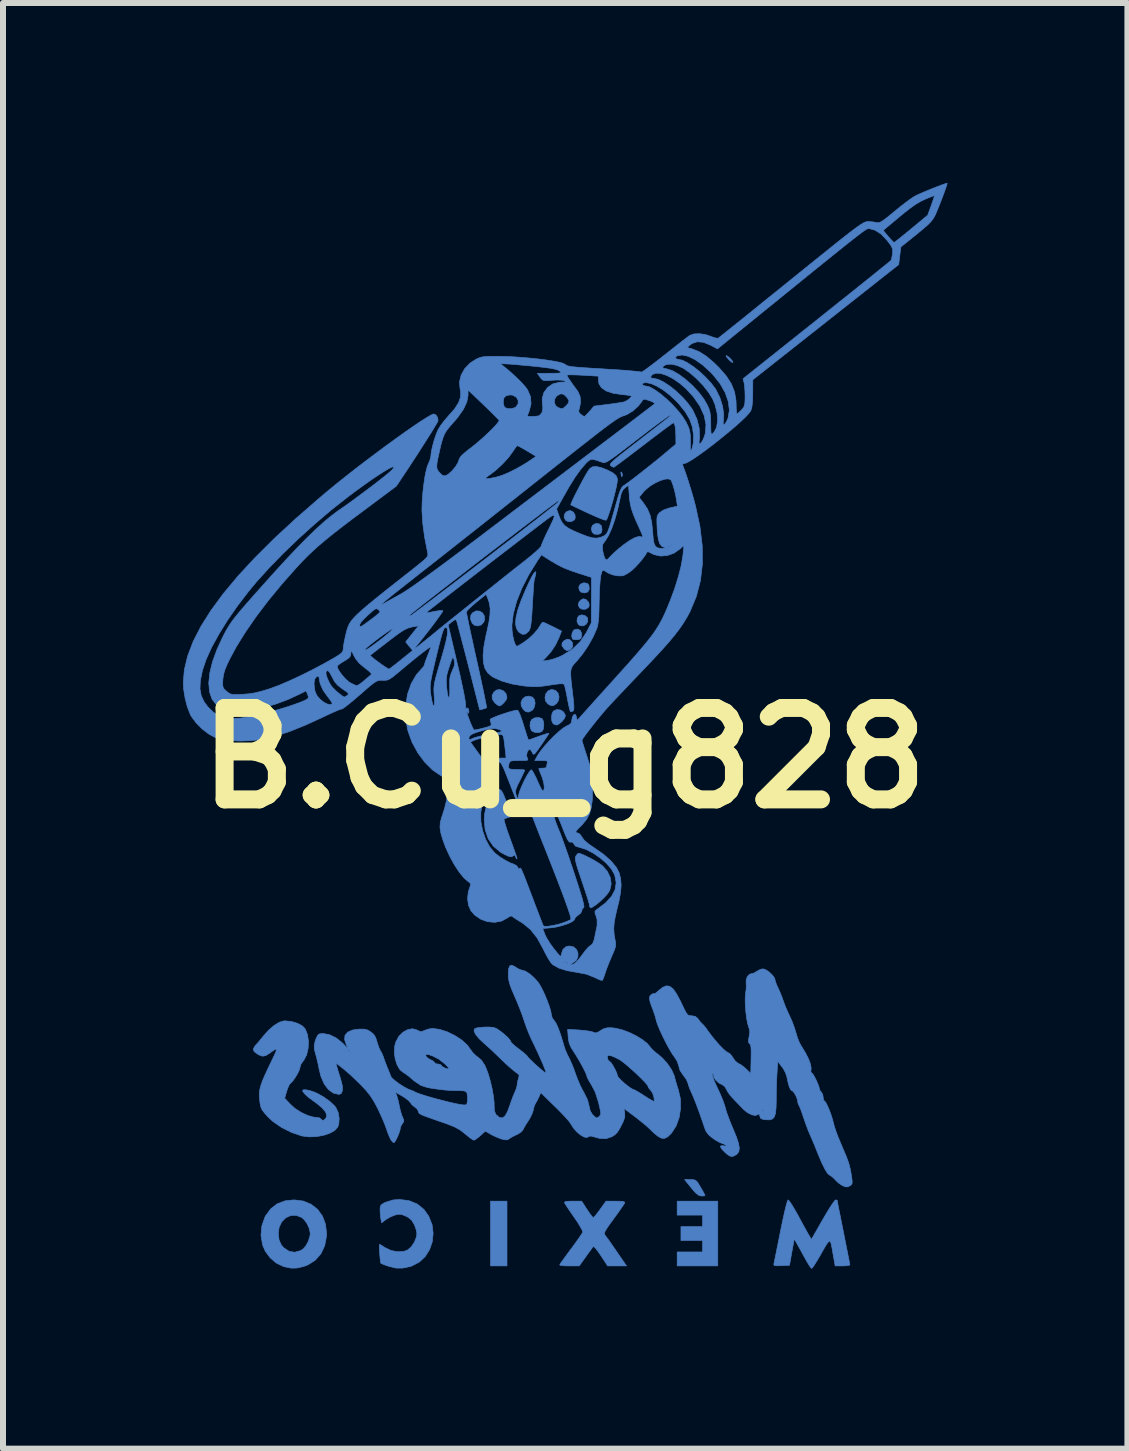
<source format=kicad_pcb>
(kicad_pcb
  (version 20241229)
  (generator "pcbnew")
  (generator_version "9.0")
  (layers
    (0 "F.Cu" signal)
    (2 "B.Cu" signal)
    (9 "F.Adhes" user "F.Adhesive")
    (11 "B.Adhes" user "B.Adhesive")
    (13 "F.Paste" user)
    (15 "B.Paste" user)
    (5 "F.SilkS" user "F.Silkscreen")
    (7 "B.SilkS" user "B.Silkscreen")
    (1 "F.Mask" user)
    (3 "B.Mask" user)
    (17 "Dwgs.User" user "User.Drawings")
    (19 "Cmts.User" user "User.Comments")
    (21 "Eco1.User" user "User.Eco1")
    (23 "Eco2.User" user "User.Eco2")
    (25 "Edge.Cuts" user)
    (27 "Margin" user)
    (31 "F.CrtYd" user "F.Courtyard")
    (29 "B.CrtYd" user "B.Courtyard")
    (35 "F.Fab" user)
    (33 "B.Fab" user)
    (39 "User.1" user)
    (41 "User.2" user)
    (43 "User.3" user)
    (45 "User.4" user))
  (footprint "B.Cu_g828"
    (layer "F.Cu")
    (at 6.355 9.587)
    (property "Reference" "B.Cu_g828" (at 0 0 0) (layer "F.SilkS") (effects (font (size 1.524 1.524) (thickness 0.3))))
    (attr through_hole)
    (fp_poly (pts (xy -0.953 8.467) (xy -1.228 8.467) (xy -1.228 7.387) (xy -0.953 7.387) (xy -0.953 8.467)) (stroke (width 0.01) (type solid)) (fill yes) (layer "B.Cu"))
    (fp_poly (pts (xy 0.957 -4.766) (xy 0.971 -4.73) (xy 0.969 -4.707) (xy 0.962 -4.688) (xy 0.953 -4.71) (xy 0.949 -4.727) (xy 0.945 -4.766) (xy 0.957 -4.767) (xy 0.957 -4.766)) (stroke (width 0.01) (type solid)) (fill yes) (layer "B.Cu"))
    (fp_poly (pts (xy 2.728 -6.697) (xy 2.764 -6.666) (xy 2.796 -6.63) (xy 2.813 -6.601) (xy 2.812 -6.594) (xy 2.792 -6.601) (xy 2.756 -6.631) (xy 2.741 -6.647) (xy 2.708 -6.685) (xy 2.698 -6.707) (xy 2.702 -6.71) (xy 2.728 -6.697)) (stroke (width 0.01) (type solid)) (fill yes) (layer "B.Cu"))
    (fp_poly (pts (xy 0.11 -4.124) (xy 0.154 -4.099) (xy 0.182 -4.051) (xy 0.184 -3.998) (xy 0.17 -3.97) (xy 0.123 -3.942) (xy 0.066 -3.941) (xy 0.025 -3.962) (xy -0.001 -4.013) (xy 0.006 -4.065) (xy 0.039 -4.107) (xy 0.091 -4.125) (xy 0.11 -4.124)) (stroke (width 0.01) (type solid)) (fill yes) (layer "B.Cu"))
    (fp_poly (pts (xy 0.345 -2.376) (xy 0.385 -2.343) (xy 0.391 -2.329) (xy 0.392 -2.272) (xy 0.364 -2.228) (xy 0.319 -2.203) (xy 0.268 -2.206) (xy 0.237 -2.227) (xy 0.214 -2.275) (xy 0.219 -2.332) (xy 0.243 -2.37) (xy 0.291 -2.387) (xy 0.345 -2.376)) (stroke (width 0.01) (type solid)) (fill yes) (layer "B.Cu"))
    (fp_poly (pts (xy 0.355 -2.646) (xy 0.369 -2.638) (xy 0.412 -2.591) (xy 0.418 -2.539) (xy 0.401 -2.507) (xy 0.356 -2.481) (xy 0.299 -2.481) (xy 0.258 -2.502) (xy 0.234 -2.551) (xy 0.248 -2.602) (xy 0.279 -2.634) (xy 0.32 -2.655) (xy 0.355 -2.646)) (stroke (width 0.01) (type solid)) (fill yes) (layer "B.Cu"))
    (fp_poly (pts (xy 0.391 -2.909) (xy 0.413 -2.879) (xy 0.419 -2.813) (xy 0.393 -2.768) (xy 0.339 -2.752) (xy 0.338 -2.752) (xy 0.278 -2.767) (xy 0.254 -2.794) (xy 0.243 -2.85) (xy 0.267 -2.896) (xy 0.319 -2.92) (xy 0.338 -2.921) (xy 0.391 -2.909)) (stroke (width 0.01) (type solid)) (fill yes) (layer "B.Cu"))
    (fp_poly (pts (xy 2.561 8.467) (xy 1.884 8.467) (xy 1.884 8.234) (xy 2.307 8.234) (xy 2.307 8.043) (xy 1.947 8.043) (xy 1.947 7.811) (xy 2.307 7.811) (xy 2.307 7.62) (xy 1.884 7.62) (xy 1.884 7.387) (xy 2.561 7.387) (xy 2.561 8.467)) (stroke (width 0.01) (type solid)) (fill yes) (layer "B.Cu"))
    (fp_poly (pts (xy -1.409 -2.449) (xy -1.36 -2.419) (xy -1.33 -2.368) (xy -1.326 -2.305) (xy -1.338 -2.27) (xy -1.38 -2.221) (xy -1.437 -2.202) (xy -1.495 -2.214) (xy -1.533 -2.247) (xy -1.563 -2.318) (xy -1.555 -2.383) (xy -1.526 -2.422) (xy -1.467 -2.453) (xy -1.409 -2.449)) (stroke (width 0.01) (type solid)) (fill yes) (layer "B.Cu"))
    (fp_poly (pts (xy 0.101 -1.97) (xy 0.136 -1.927) (xy 0.14 -1.915) (xy 0.143 -1.858) (xy 0.112 -1.817) (xy 0.084 -1.799) (xy 0.046 -1.79) (xy 0.007 -1.813) (xy 0.000485 -1.82) (xy -0.037 -1.872) (xy -0.034 -1.918) (xy -0.002 -1.957) (xy 0.051 -1.982) (xy 0.101 -1.97)) (stroke (width 0.01) (type solid)) (fill yes) (layer "B.Cu"))
    (fp_poly (pts (xy 0.27 -2.127) (xy 0.292 -2.076) (xy 0.292 -2.046) (xy 0.282 -1.998) (xy 0.253 -1.978) (xy 0.221 -1.973) (xy 0.171 -1.973) (xy 0.142 -1.982) (xy 0.126 -2.023) (xy 0.131 -2.078) (xy 0.154 -2.125) (xy 0.169 -2.138) (xy 0.226 -2.15) (xy 0.27 -2.127)) (stroke (width 0.01) (type solid)) (fill yes) (layer "B.Cu"))
    (fp_poly (pts (xy 0.581 -3.906) (xy 0.62 -3.872) (xy 0.631 -3.809) (xy 0.631 -3.801) (xy 0.62 -3.755) (xy 0.59 -3.735) (xy 0.557 -3.729) (xy 0.502 -3.733) (xy 0.469 -3.762) (xy 0.466 -3.767) (xy 0.452 -3.828) (xy 0.473 -3.879) (xy 0.52 -3.908) (xy 0.581 -3.906)) (stroke (width 0.01) (type solid)) (fill yes) (layer "B.Cu"))
    (fp_poly (pts (xy -0.528 -1.015) (xy -0.496 -0.977) (xy -0.484 -0.918) (xy -0.494 -0.855) (xy -0.523 -0.804) (xy -0.534 -0.795) (xy -0.591 -0.766) (xy -0.637 -0.772) (xy -0.677 -0.804) (xy -0.715 -0.865) (xy -0.72 -0.927) (xy -0.696 -0.982) (xy -0.652 -1.02) (xy -0.592 -1.033) (xy -0.528 -1.015)) (stroke (width 0.01) (type solid)) (fill yes) (layer "B.Cu"))
    (fp_poly (pts (xy -0.141 -1.125) (xy -0.101 -1.081) (xy -0.085 -1.02) (xy -0.096 -0.956) (xy -0.127 -0.91) (xy -0.176 -0.874) (xy -0.224 -0.875) (xy -0.27 -0.901) (xy -0.31 -0.95) (xy -0.32 -1.011) (xy -0.305 -1.072) (xy -0.267 -1.12) (xy -0.211 -1.143) (xy -0.201 -1.143) (xy -0.141 -1.125)) (stroke (width 0.01) (type solid)) (fill yes) (layer "B.Cu"))
    (fp_poly (pts (xy -0.374 -0.66) (xy -0.364 -0.652) (xy -0.345 -0.61) (xy -0.339 -0.548) (xy -0.346 -0.487) (xy -0.364 -0.449) (xy -0.41 -0.426) (xy -0.469 -0.424) (xy -0.523 -0.44) (xy -0.55 -0.464) (xy -0.57 -0.534) (xy -0.563 -0.603) (xy -0.538 -0.644) (xy -0.489 -0.67) (xy -0.427 -0.676) (xy -0.374 -0.66)) (stroke (width 0.01) (type solid)) (fill yes) (layer "B.Cu"))
    (fp_poly (pts (xy -1.012 -1.12) (xy -0.97 -1.075) (xy -0.953 -1.012) (xy -0.953 -1.01) (xy -0.967 -0.97) (xy -1.002 -0.924) (xy -1.044 -0.884) (xy -1.079 -0.868) (xy -1.079 -0.868) (xy -1.109 -0.882) (xy -1.15 -0.915) (xy -1.155 -0.92) (xy -1.198 -0.981) (xy -1.201 -1.042) (xy -1.174 -1.096) (xy -1.126 -1.135) (xy -1.068 -1.141) (xy -1.012 -1.12)) (stroke (width 0.01) (type solid)) (fill yes) (layer "B.Cu"))
    (fp_poly (pts (xy -0.062 -0.801) (xy -0.01 -0.769) (xy 0.018 -0.718) (xy 0.02 -0.7) (xy 0.005 -0.661) (xy -0.032 -0.614) (xy -0.078 -0.573) (xy -0.12 -0.551) (xy -0.127 -0.55) (xy -0.171 -0.564) (xy -0.186 -0.576) (xy -0.206 -0.619) (xy -0.211 -0.681) (xy -0.202 -0.742) (xy -0.18 -0.783) (xy -0.18 -0.783) (xy -0.123 -0.808) (xy -0.062 -0.801)) (stroke (width 0.01) (type solid)) (fill yes) (layer "B.Cu"))
    (fp_poly (pts (xy 2.154 7.029) (xy 2.189 7.039) (xy 2.218 7.065) (xy 2.251 7.116) (xy 2.274 7.155) (xy 2.312 7.22) (xy 2.338 7.269) (xy 2.349 7.293) (xy 2.349 7.293) (xy 2.331 7.3) (xy 2.291 7.302) (xy 2.242 7.289) (xy 2.188 7.246) (xy 2.159 7.213) (xy 2.109 7.153) (xy 2.064 7.097) (xy 2.046 7.076) (xy 2.008 7.027) (xy 2.104 7.027) (xy 2.154 7.029)) (stroke (width 0.01) (type solid)) (fill yes) (layer "B.Cu"))
    (fp_poly (pts (xy -0.471 -3.1) (xy -0.475 -3.058) (xy -0.496 -2.978) (xy -0.499 -2.967) (xy -0.503 -2.938) (xy -0.509 -2.873) (xy -0.515 -2.781) (xy -0.522 -2.669) (xy -0.529 -2.554) (xy -0.537 -2.412) (xy -0.545 -2.306) (xy -0.554 -2.229) (xy -0.564 -2.176) (xy -0.576 -2.14) (xy -0.589 -2.117) (xy -0.642 -2.068) (xy -0.698 -2.062) (xy -0.755 -2.099) (xy -0.761 -2.104) (xy -0.796 -2.163) (xy -0.811 -2.24) (xy -0.803 -2.34) (xy -0.774 -2.465) (xy -0.721 -2.618) (xy -0.645 -2.801) (xy -0.593 -2.916) (xy -0.545 -3.013) (xy -0.507 -3.077) (xy -0.482 -3.106) (xy -0.471 -3.1)) (stroke (width 0.01) (type solid)) (fill yes) (layer "B.Cu"))
    (fp_poly (pts (xy 0.282 1.598) (xy 0.346 1.625) (xy 0.424 1.664) (xy 0.505 1.708) (xy 0.578 1.753) (xy 0.632 1.791) (xy 0.64 1.797) (xy 0.72 1.889) (xy 0.769 1.993) (xy 0.784 2.1) (xy 0.762 2.2) (xy 0.753 2.218) (xy 0.718 2.269) (xy 0.663 2.33) (xy 0.598 2.391) (xy 0.533 2.445) (xy 0.477 2.483) (xy 0.44 2.498) (xy 0.426 2.48) (xy 0.423 2.46) (xy 0.417 2.428) (xy 0.398 2.364) (xy 0.37 2.274) (xy 0.334 2.166) (xy 0.296 2.052) (xy 0.251 1.919) (xy 0.218 1.819) (xy 0.198 1.746) (xy 0.188 1.696) (xy 0.186 1.663) (xy 0.192 1.639) (xy 0.194 1.635) (xy 0.221 1.599) (xy 0.242 1.587) (xy 0.282 1.598)) (stroke (width 0.01) (type solid)) (fill yes) (layer "B.Cu"))
    (fp_poly (pts (xy 0.617 -4.842) (xy 0.719 -4.802) (xy 0.809 -4.756) (xy 0.864 -4.71) (xy 0.887 -4.66) (xy 0.888 -4.638) (xy 0.882 -4.584) (xy 0.867 -4.507) (xy 0.845 -4.412) (xy 0.818 -4.309) (xy 0.789 -4.207) (xy 0.76 -4.112) (xy 0.733 -4.035) (xy 0.712 -3.982) (xy 0.698 -3.964) (xy 0.668 -3.97) (xy 0.608 -3.992) (xy 0.526 -4.026) (xy 0.429 -4.069) (xy 0.393 -4.086) (xy 0.294 -4.132) (xy 0.21 -4.172) (xy 0.148 -4.202) (xy 0.114 -4.219) (xy 0.11 -4.222) (xy 0.116 -4.243) (xy 0.138 -4.294) (xy 0.172 -4.366) (xy 0.216 -4.452) (xy 0.264 -4.544) (xy 0.312 -4.635) (xy 0.357 -4.716) (xy 0.395 -4.78) (xy 0.421 -4.818) (xy 0.425 -4.823) (xy 0.471 -4.854) (xy 0.533 -4.861) (xy 0.617 -4.842)) (stroke (width 0.01) (type solid)) (fill yes) (layer "B.Cu"))
    (fp_poly (pts (xy -4.351 7.385) (xy -4.219 7.439) (xy -4.11 7.524) (xy -4.029 7.637) (xy -3.978 7.773) (xy -3.961 7.928) (xy -3.963 7.977) (xy -3.992 8.131) (xy -4.055 8.264) (xy -4.149 8.371) (xy -4.269 8.448) (xy -4.342 8.476) (xy -4.454 8.502) (xy -4.552 8.504) (xy -4.66 8.482) (xy -4.685 8.474) (xy -4.799 8.419) (xy -4.901 8.332) (xy -4.982 8.223) (xy -5.028 8.116) (xy -5.054 7.957) (xy -5.051 7.924) (xy -4.766 7.924) (xy -4.753 8.034) (xy -4.714 8.12) (xy -4.672 8.166) (xy -4.585 8.224) (xy -4.493 8.239) (xy -4.398 8.213) (xy -4.357 8.189) (xy -4.308 8.135) (xy -4.265 8.057) (xy -4.238 7.971) (xy -4.233 7.923) (xy -4.248 7.845) (xy -4.286 7.762) (xy -4.338 7.691) (xy -4.379 7.657) (xy -4.471 7.623) (xy -4.561 7.628) (xy -4.642 7.665) (xy -4.707 7.73) (xy -4.751 7.82) (xy -4.766 7.924) (xy -5.051 7.924) (xy -5.04 7.8) (xy -4.988 7.652) (xy -4.98 7.636) (xy -4.893 7.516) (xy -4.783 7.431) (xy -4.649 7.381) (xy -4.504 7.366) (xy -4.351 7.385)) (stroke (width 0.01) (type solid)) (fill yes) (layer "B.Cu"))
    (fp_poly (pts (xy -2.584 7.38) (xy -2.449 7.435) (xy -2.337 7.526) (xy -2.257 7.64) (xy -2.202 7.779) (xy -2.184 7.922) (xy -2.198 8.062) (xy -2.243 8.194) (xy -2.316 8.31) (xy -2.415 8.403) (xy -2.537 8.467) (xy -2.562 8.476) (xy -2.689 8.503) (xy -2.802 8.503) (xy -2.922 8.474) (xy -2.937 8.469) (xy -3 8.447) (xy -3.043 8.429) (xy -3.056 8.422) (xy -3.062 8.398) (xy -3.068 8.346) (xy -3.074 8.279) (xy -3.079 8.21) (xy -3.081 8.15) (xy -3.08 8.113) (xy -3.078 8.107) (xy -3.056 8.118) (xy -3.012 8.145) (xy -2.984 8.163) (xy -2.883 8.211) (xy -2.774 8.231) (xy -2.671 8.224) (xy -2.611 8.202) (xy -2.549 8.149) (xy -2.496 8.07) (xy -2.462 7.982) (xy -2.455 7.927) (xy -2.465 7.871) (xy -2.488 7.801) (xy -2.501 7.772) (xy -2.545 7.702) (xy -2.604 7.655) (xy -2.642 7.636) (xy -2.706 7.611) (xy -2.756 7.605) (xy -2.813 7.617) (xy -2.823 7.62) (xy -2.897 7.65) (xy -2.967 7.691) (xy -2.975 7.697) (xy -3.043 7.748) (xy -3.056 7.681) (xy -3.065 7.613) (xy -3.069 7.538) (xy -3.069 7.531) (xy -3.066 7.481) (xy -3.051 7.45) (xy -3.014 7.424) (xy -2.969 7.403) (xy -2.851 7.367) (xy -2.741 7.359) (xy -2.584 7.38)) (stroke (width 0.01) (type solid)) (fill yes) (layer "B.Cu"))
    (fp_poly (pts (xy 0.381 7.525) (xy 0.425 7.59) (xy 0.461 7.638) (xy 0.483 7.661) (xy 0.485 7.662) (xy 0.504 7.646) (xy 0.54 7.604) (xy 0.586 7.543) (xy 0.599 7.525) (xy 0.698 7.387) (xy 0.859 7.387) (xy 0.943 7.389) (xy 0.99 7.394) (xy 1.009 7.404) (xy 1.009 7.417) (xy 0.993 7.444) (xy 0.956 7.498) (xy 0.905 7.572) (xy 0.842 7.658) (xy 0.825 7.682) (xy 0.755 7.777) (xy 0.709 7.845) (xy 0.682 7.89) (xy 0.671 7.921) (xy 0.674 7.941) (xy 0.682 7.954) (xy 0.705 7.985) (xy 0.747 8.042) (xy 0.801 8.12) (xy 0.863 8.209) (xy 0.876 8.229) (xy 1.04 8.467) (xy 0.725 8.467) (xy 0.613 8.296) (xy 0.564 8.225) (xy 0.523 8.173) (xy 0.495 8.145) (xy 0.486 8.143) (xy 0.468 8.167) (xy 0.431 8.216) (xy 0.383 8.282) (xy 0.361 8.313) (xy 0.251 8.467) (xy 0.082 8.467) (xy -0.004 8.465) (xy -0.054 8.46) (xy -0.073 8.45) (xy -0.071 8.44) (xy -0.053 8.414) (xy -0.015 8.361) (xy 0.038 8.288) (xy 0.101 8.202) (xy 0.122 8.175) (xy 0.187 8.086) (xy 0.243 8.007) (xy 0.284 7.947) (xy 0.307 7.91) (xy 0.31 7.905) (xy 0.303 7.877) (xy 0.274 7.822) (xy 0.229 7.747) (xy 0.17 7.66) (xy 0.169 7.659) (xy 0.11 7.574) (xy 0.06 7.5) (xy 0.024 7.445) (xy 0.007 7.416) (xy 0.006 7.415) (xy 0.01 7.4) (xy 0.041 7.391) (xy 0.104 7.387) (xy 0.143 7.387) (xy 0.291 7.387) (xy 0.381 7.525)) (stroke (width 0.01) (type solid)) (fill yes) (layer "B.Cu"))
    (fp_poly (pts (xy 3.752 7.384) (xy 3.786 7.432) (xy 3.831 7.505) (xy 3.883 7.596) (xy 3.905 7.636) (xy 3.96 7.738) (xy 4.011 7.831) (xy 4.053 7.907) (xy 4.081 7.956) (xy 4.087 7.965) (xy 4.122 8.025) (xy 4.31 7.696) (xy 4.372 7.59) (xy 4.428 7.498) (xy 4.475 7.427) (xy 4.509 7.381) (xy 4.524 7.367) (xy 4.549 7.37) (xy 4.551 7.372) (xy 4.555 7.394) (xy 4.566 7.452) (xy 4.583 7.54) (xy 4.606 7.652) (xy 4.632 7.784) (xy 4.657 7.906) (xy 4.685 8.05) (xy 4.711 8.18) (xy 4.733 8.291) (xy 4.75 8.377) (xy 4.76 8.432) (xy 4.763 8.45) (xy 4.743 8.459) (xy 4.694 8.465) (xy 4.64 8.467) (xy 4.518 8.467) (xy 4.478 8.242) (xy 4.462 8.15) (xy 4.448 8.088) (xy 4.434 8.056) (xy 4.415 8.056) (xy 4.387 8.088) (xy 4.346 8.154) (xy 4.289 8.254) (xy 4.261 8.303) (xy 4.213 8.385) (xy 4.171 8.452) (xy 4.14 8.496) (xy 4.126 8.509) (xy 4.108 8.492) (xy 4.077 8.446) (xy 4.038 8.381) (xy 4.03 8.366) (xy 3.982 8.279) (xy 3.933 8.189) (xy 3.894 8.12) (xy 3.836 8.017) (xy 3.796 8.236) (xy 3.757 8.456) (xy 3.622 8.462) (xy 3.549 8.465) (xy 3.51 8.462) (xy 3.496 8.451) (xy 3.497 8.428) (xy 3.499 8.42) (xy 3.506 8.386) (xy 3.52 8.317) (xy 3.54 8.219) (xy 3.564 8.099) (xy 3.592 7.963) (xy 3.61 7.869) (xy 3.643 7.711) (xy 3.672 7.578) (xy 3.697 7.474) (xy 3.717 7.403) (xy 3.731 7.369) (xy 3.734 7.366) (xy 3.752 7.384)) (stroke (width 0.01) (type solid)) (fill yes) (layer "B.Cu"))
    (fp_poly (pts (xy -4.548 4.392) (xy -4.446 4.422) (xy -4.364 4.466) (xy -4.318 4.514) (xy -4.279 4.61) (xy -4.263 4.723) (xy -4.268 4.84) (xy -4.293 4.949) (xy -4.339 5.037) (xy -4.351 5.052) (xy -4.387 5.103) (xy -4.403 5.153) (xy -4.403 5.156) (xy -4.415 5.2) (xy -4.445 5.263) (xy -4.486 5.33) (xy -4.528 5.389) (xy -4.564 5.424) (xy -4.565 5.425) (xy -4.586 5.453) (xy -4.61 5.509) (xy -4.626 5.556) (xy -4.659 5.671) (xy -4.568 5.769) (xy -4.485 5.843) (xy -4.384 5.908) (xy -4.278 5.958) (xy -4.181 5.986) (xy -4.139 5.99) (xy -4.078 5.999) (xy -4.051 6.022) (xy -4.028 6.041) (xy -3.998 6.032) (xy -3.971 6.002) (xy -3.958 5.958) (xy -3.958 5.956) (xy -3.978 5.9) (xy -4.035 5.832) (xy -4.127 5.755) (xy -4.179 5.718) (xy -4.257 5.661) (xy -4.318 5.606) (xy -4.354 5.562) (xy -4.36 5.542) (xy -4.343 5.53) (xy -4.296 5.532) (xy -4.231 5.547) (xy -4.158 5.572) (xy -4.117 5.59) (xy -4.009 5.651) (xy -3.909 5.722) (xy -3.831 5.795) (xy -3.807 5.824) (xy -3.768 5.908) (xy -3.751 6.006) (xy -3.757 6.101) (xy -3.775 6.153) (xy -3.825 6.209) (xy -3.907 6.255) (xy -4.012 6.29) (xy -4.129 6.311) (xy -4.249 6.316) (xy -4.363 6.302) (xy -4.377 6.299) (xy -4.547 6.241) (xy -4.712 6.158) (xy -4.858 6.057) (xy -4.935 5.985) (xy -4.998 5.915) (xy -5.037 5.862) (xy -5.059 5.811) (xy -5.07 5.754) (xy -5.079 5.676) (xy -5.082 5.608) (xy -5.077 5.542) (xy -5.061 5.473) (xy -5.034 5.392) (xy -4.992 5.293) (xy -4.935 5.17) (xy -4.869 5.033) (xy -4.825 4.941) (xy -4.801 4.883) (xy -4.799 4.856) (xy -4.82 4.858) (xy -4.864 4.887) (xy -4.909 4.92) (xy -4.973 4.96) (xy -5.026 4.971) (xy -5.083 4.952) (xy -5.117 4.932) (xy -5.17 4.891) (xy -5.182 4.85) (xy -5.155 4.801) (xy -5.137 4.781) (xy -5.096 4.735) (xy -5.044 4.672) (xy -5.017 4.638) (xy -4.929 4.539) (xy -4.837 4.459) (xy -4.748 4.405) (xy -4.67 4.382) (xy -4.659 4.381) (xy -4.548 4.392)) (stroke (width 0.01) (type solid)) (fill yes) (layer "B.Cu"))
    (fp_poly (pts (xy 3.359 3.528) (xy 3.414 3.565) (xy 3.466 3.613) (xy 3.503 3.661) (xy 3.514 3.691) (xy 3.523 3.73) (xy 3.546 3.789) (xy 3.564 3.827) (xy 3.6 3.908) (xy 3.637 4.001) (xy 3.651 4.043) (xy 3.681 4.124) (xy 3.722 4.22) (xy 3.759 4.3) (xy 3.802 4.396) (xy 3.841 4.503) (xy 3.865 4.582) (xy 3.891 4.668) (xy 3.924 4.748) (xy 3.951 4.797) (xy 4.02 4.909) (xy 4.073 5.014) (xy 4.107 5.104) (xy 4.118 5.172) (xy 4.116 5.188) (xy 4.113 5.235) (xy 4.126 5.249) (xy 4.145 5.267) (xy 4.173 5.312) (xy 4.203 5.372) (xy 4.231 5.435) (xy 4.25 5.488) (xy 4.255 5.514) (xy 4.269 5.549) (xy 4.286 5.567) (xy 4.31 5.606) (xy 4.318 5.654) (xy 4.324 5.698) (xy 4.336 5.715) (xy 4.356 5.734) (xy 4.383 5.783) (xy 4.414 5.853) (xy 4.445 5.934) (xy 4.472 6.017) (xy 4.487 6.075) (xy 4.505 6.143) (xy 4.53 6.22) (xy 4.565 6.313) (xy 4.614 6.43) (xy 4.647 6.509) (xy 4.695 6.621) (xy 4.728 6.707) (xy 4.752 6.779) (xy 4.769 6.85) (xy 4.784 6.93) (xy 4.797 7.014) (xy 4.802 7.066) (xy 4.798 7.097) (xy 4.785 7.116) (xy 4.773 7.126) (xy 4.73 7.149) (xy 4.689 7.149) (xy 4.632 7.124) (xy 4.63 7.123) (xy 4.576 7.086) (xy 4.522 7.035) (xy 4.518 7.029) (xy 4.473 6.985) (xy 4.431 6.956) (xy 4.425 6.954) (xy 4.392 6.926) (xy 4.35 6.859) (xy 4.297 6.753) (xy 4.235 6.607) (xy 4.208 6.54) (xy 4.171 6.447) (xy 4.131 6.353) (xy 4.098 6.278) (xy 4.097 6.276) (xy 4.067 6.205) (xy 4.032 6.11) (xy 3.997 6.012) (xy 3.99 5.99) (xy 3.962 5.907) (xy 3.937 5.84) (xy 3.918 5.798) (xy 3.913 5.79) (xy 3.897 5.753) (xy 3.895 5.733) (xy 3.885 5.684) (xy 3.862 5.628) (xy 3.833 5.578) (xy 3.805 5.548) (xy 3.796 5.546) (xy 3.773 5.526) (xy 3.749 5.469) (xy 3.726 5.382) (xy 3.712 5.311) (xy 3.691 5.249) (xy 3.653 5.178) (xy 3.63 5.147) (xy 3.561 5.059) (xy 3.548 5.265) (xy 3.542 5.382) (xy 3.538 5.518) (xy 3.536 5.651) (xy 3.536 5.701) (xy 3.533 5.829) (xy 3.524 5.92) (xy 3.505 5.981) (xy 3.475 6.016) (xy 3.43 6.031) (xy 3.398 6.032) (xy 3.319 6.026) (xy 3.274 6.005) (xy 3.26 5.966) (xy 3.26 5.963) (xy 3.253 5.934) (xy 3.239 5.939) (xy 3.191 5.959) (xy 3.127 5.948) (xy 3.054 5.91) (xy 3.011 5.874) (xy 3.302 5.874) (xy 3.313 5.884) (xy 3.323 5.874) (xy 3.313 5.863) (xy 3.302 5.874) (xy 3.011 5.874) (xy 2.981 5.849) (xy 2.98 5.847) (xy 2.914 5.778) (xy 2.844 5.706) (xy 2.809 5.669) (xy 2.758 5.61) (xy 2.718 5.551) (xy 2.706 5.525) (xy 2.677 5.476) (xy 2.639 5.448) (xy 2.579 5.418) (xy 2.528 5.371) (xy 2.495 5.321) (xy 2.49 5.281) (xy 2.494 5.253) (xy 2.479 5.261) (xy 2.477 5.262) (xy 2.471 5.283) (xy 2.479 5.322) (xy 2.503 5.386) (xy 2.546 5.48) (xy 2.559 5.508) (xy 2.605 5.608) (xy 2.646 5.707) (xy 2.676 5.792) (xy 2.689 5.838) (xy 2.707 5.901) (xy 2.739 5.991) (xy 2.779 6.094) (xy 2.817 6.184) (xy 2.873 6.32) (xy 2.907 6.424) (xy 2.92 6.502) (xy 2.913 6.559) (xy 2.885 6.599) (xy 2.869 6.612) (xy 2.818 6.639) (xy 2.775 6.641) (xy 2.728 6.614) (xy 2.682 6.575) (xy 2.627 6.518) (xy 2.605 6.479) (xy 2.617 6.461) (xy 2.658 6.465) (xy 2.695 6.469) (xy 2.701 6.459) (xy 2.673 6.439) (xy 2.635 6.426) (xy 2.588 6.406) (xy 2.524 6.37) (xy 2.477 6.338) (xy 2.408 6.281) (xy 2.365 6.223) (xy 2.341 6.164) (xy 2.306 6.058) (xy 2.265 5.941) (xy 2.222 5.824) (xy 2.181 5.716) (xy 2.145 5.629) (xy 2.121 5.574) (xy 2.09 5.504) (xy 2.067 5.435) (xy 2.065 5.424) (xy 2.039 5.363) (xy 1.997 5.302) (xy 1.989 5.294) (xy 1.932 5.209) (xy 1.913 5.143) (xy 1.887 5.061) (xy 1.842 4.988) (xy 1.841 4.987) (xy 1.803 4.934) (xy 1.754 4.852) (xy 1.7 4.753) (xy 1.647 4.646) (xy 1.598 4.542) (xy 1.56 4.451) (xy 1.537 4.383) (xy 1.534 4.369) (xy 1.517 4.303) (xy 1.489 4.22) (xy 1.468 4.165) (xy 1.434 4.072) (xy 1.421 4.007) (xy 1.43 3.965) (xy 1.46 3.937) (xy 1.46 3.937) (xy 1.493 3.925) (xy 1.503 3.93) (xy 1.516 3.926) (xy 1.55 3.9) (xy 1.572 3.88) (xy 1.642 3.823) (xy 1.703 3.798) (xy 1.759 3.805) (xy 1.815 3.848) (xy 1.872 3.927) (xy 1.935 4.045) (xy 1.952 4.08) (xy 1.996 4.173) (xy 2.028 4.235) (xy 2.053 4.272) (xy 2.076 4.29) (xy 2.103 4.296) (xy 2.127 4.297) (xy 2.188 4.307) (xy 2.229 4.343) (xy 2.237 4.355) (xy 2.271 4.401) (xy 2.301 4.43) (xy 2.301 4.43) (xy 2.327 4.456) (xy 2.366 4.505) (xy 2.395 4.546) (xy 2.453 4.625) (xy 2.519 4.706) (xy 2.585 4.782) (xy 2.647 4.846) (xy 2.698 4.891) (xy 2.73 4.91) (xy 2.732 4.911) (xy 2.762 4.928) (xy 2.798 4.971) (xy 2.812 4.994) (xy 2.851 5.049) (xy 2.893 5.085) (xy 2.906 5.092) (xy 2.948 5.114) (xy 3.003 5.156) (xy 3.032 5.182) (xy 3.111 5.258) (xy 3.115 5.068) (xy 3.117 4.952) (xy 3.117 4.87) (xy 3.114 4.817) (xy 3.107 4.785) (xy 3.096 4.767) (xy 3.087 4.761) (xy 3.073 4.738) (xy 3.074 4.693) (xy 3.083 4.649) (xy 3.095 4.569) (xy 3.085 4.509) (xy 3.079 4.494) (xy 3.058 4.425) (xy 3.04 4.328) (xy 3.027 4.216) (xy 3.019 4.103) (xy 3.018 4.001) (xy 3.024 3.926) (xy 3.034 3.853) (xy 3.036 3.789) (xy 3.034 3.768) (xy 3.034 3.7) (xy 3.054 3.642) (xy 3.089 3.605) (xy 3.113 3.598) (xy 3.161 3.586) (xy 3.212 3.556) (xy 3.265 3.526) (xy 3.314 3.514) (xy 3.359 3.528)) (stroke (width 0.01) (type solid)) (fill yes) (layer "B.Cu"))
    (fp_poly (pts (xy -0.822 3.477) (xy -0.804 3.49) (xy -0.753 3.52) (xy -0.711 3.535) (xy -0.707 3.535) (xy -0.651 3.551) (xy -0.581 3.594) (xy -0.507 3.657) (xy -0.44 3.73) (xy -0.413 3.769) (xy -0.372 3.841) (xy -0.328 3.934) (xy -0.286 4.035) (xy -0.249 4.135) (xy -0.223 4.22) (xy -0.212 4.282) (xy -0.212 4.287) (xy -0.197 4.336) (xy -0.171 4.37) (xy -0.138 4.416) (xy -0.1 4.499) (xy -0.059 4.612) (xy -0.017 4.749) (xy -0.009 4.78) (xy 0.019 4.865) (xy 0.056 4.95) (xy 0.073 4.981) (xy 0.102 5.041) (xy 0.139 5.126) (xy 0.176 5.223) (xy 0.192 5.271) (xy 0.23 5.371) (xy 0.273 5.47) (xy 0.315 5.551) (xy 0.33 5.577) (xy 0.389 5.695) (xy 0.414 5.793) (xy 0.434 5.881) (xy 0.472 5.943) (xy 0.487 5.958) (xy 0.526 5.993) (xy 0.551 6) (xy 0.576 5.983) (xy 0.579 5.979) (xy 0.597 5.961) (xy 0.608 5.945) (xy 0.61 5.921) (xy 0.604 5.88) (xy 0.59 5.813) (xy 0.574 5.745) (xy 0.519 5.571) (xy 0.458 5.454) (xy 0.419 5.39) (xy 0.391 5.339) (xy 0.381 5.312) (xy 0.371 5.277) (xy 0.343 5.215) (xy 0.302 5.136) (xy 0.254 5.05) (xy 0.221 4.994) (xy 0.72 4.994) (xy 0.733 5.036) (xy 0.752 5.052) (xy 0.78 5.077) (xy 0.814 5.128) (xy 0.849 5.191) (xy 0.877 5.252) (xy 0.889 5.297) (xy 0.889 5.3) (xy 0.905 5.326) (xy 0.945 5.368) (xy 0.999 5.417) (xy 1.058 5.465) (xy 1.11 5.503) (xy 1.148 5.524) (xy 1.154 5.525) (xy 1.18 5.536) (xy 1.232 5.565) (xy 1.301 5.607) (xy 1.333 5.629) (xy 1.404 5.674) (xy 1.461 5.707) (xy 1.495 5.724) (xy 1.5 5.724) (xy 1.502 5.701) (xy 1.496 5.653) (xy 1.494 5.645) (xy 1.473 5.583) (xy 1.44 5.535) (xy 1.439 5.535) (xy 1.407 5.497) (xy 1.397 5.47) (xy 1.382 5.445) (xy 1.341 5.398) (xy 1.281 5.337) (xy 1.209 5.267) (xy 1.131 5.196) (xy 1.055 5.129) (xy 0.986 5.073) (xy 0.933 5.034) (xy 0.921 5.027) (xy 0.855 4.993) (xy 0.794 4.967) (xy 0.778 4.963) (xy 0.736 4.957) (xy 0.721 4.974) (xy 0.72 4.994) (xy 0.221 4.994) (xy 0.204 4.965) (xy 0.162 4.9) (xy 0.112 4.82) (xy 0.084 4.753) (xy 0.07 4.681) (xy 0.067 4.648) (xy 0.058 4.523) (xy 0.247 4.534) (xy 0.338 4.542) (xy 0.417 4.553) (xy 0.472 4.565) (xy 0.483 4.57) (xy 0.524 4.583) (xy 0.564 4.57) (xy 0.588 4.555) (xy 0.654 4.515) (xy 0.718 4.497) (xy 0.797 4.497) (xy 0.865 4.506) (xy 0.974 4.533) (xy 1.09 4.577) (xy 1.204 4.633) (xy 1.306 4.696) (xy 1.386 4.759) (xy 1.428 4.81) (xy 1.466 4.856) (xy 1.524 4.908) (xy 1.553 4.93) (xy 1.64 5.003) (xy 1.722 5.096) (xy 1.79 5.196) (xy 1.833 5.29) (xy 1.839 5.313) (xy 1.859 5.388) (xy 1.886 5.478) (xy 1.904 5.533) (xy 1.938 5.683) (xy 1.941 5.84) (xy 1.917 5.994) (xy 1.866 6.135) (xy 1.791 6.251) (xy 1.779 6.264) (xy 1.725 6.315) (xy 1.675 6.34) (xy 1.624 6.338) (xy 1.565 6.307) (xy 1.491 6.246) (xy 1.421 6.178) (xy 1.37 6.131) (xy 1.296 6.07) (xy 1.213 6.004) (xy 1.171 5.972) (xy 0.998 5.842) (xy 1.01 5.917) (xy 1.011 5.98) (xy 0.991 6.048) (xy 0.965 6.102) (xy 0.921 6.186) (xy 0.885 6.241) (xy 0.85 6.277) (xy 0.807 6.306) (xy 0.79 6.315) (xy 0.696 6.346) (xy 0.595 6.342) (xy 0.511 6.319) (xy 0.451 6.303) (xy 0.416 6.305) (xy 0.412 6.309) (xy 0.379 6.327) (xy 0.33 6.317) (xy 0.27 6.282) (xy 0.207 6.228) (xy 0.15 6.162) (xy 0.107 6.093) (xy 0.083 6.058) (xy 0.034 6.002) (xy -0.034 5.929) (xy -0.114 5.848) (xy -0.155 5.808) (xy -0.389 5.579) (xy -0.423 5.655) (xy -0.451 5.712) (xy -0.476 5.755) (xy -0.479 5.76) (xy -0.498 5.8) (xy -0.513 5.859) (xy -0.514 5.867) (xy -0.533 5.927) (xy -0.569 6.001) (xy -0.6 6.052) (xy -0.642 6.116) (xy -0.674 6.171) (xy -0.687 6.199) (xy -0.713 6.231) (xy -0.764 6.265) (xy -0.789 6.277) (xy -0.852 6.308) (xy -0.904 6.338) (xy -0.916 6.347) (xy -0.946 6.365) (xy -0.986 6.365) (xy -1.043 6.352) (xy -1.119 6.323) (xy -1.201 6.285) (xy -1.223 6.273) (xy -1.314 6.22) (xy -1.398 6.296) (xy -1.449 6.338) (xy -1.49 6.366) (xy -1.505 6.371) (xy -1.532 6.358) (xy -1.58 6.324) (xy -1.64 6.275) (xy -1.649 6.267) (xy -1.733 6.202) (xy -1.822 6.152) (xy -1.933 6.107) (xy -1.959 6.097) (xy -2.107 6.046) (xy -2.219 6.007) (xy -2.302 5.977) (xy -2.359 5.955) (xy -2.395 5.938) (xy -2.415 5.924) (xy -2.425 5.911) (xy -2.429 5.898) (xy -2.43 5.892) (xy -2.452 5.849) (xy -2.486 5.822) (xy -2.535 5.783) (xy -2.561 5.748) (xy -2.592 5.712) (xy -2.648 5.668) (xy -2.699 5.636) (xy -2.813 5.57) (xy -2.791 5.627) (xy -2.775 5.68) (xy -2.757 5.754) (xy -2.748 5.8) (xy -2.73 5.88) (xy -2.707 5.955) (xy -2.694 5.986) (xy -2.674 6.034) (xy -2.675 6.065) (xy -2.696 6.093) (xy -2.723 6.139) (xy -2.731 6.17) (xy -2.739 6.211) (xy -2.759 6.268) (xy -2.785 6.329) (xy -2.812 6.381) (xy -2.834 6.411) (xy -2.84 6.413) (xy -2.862 6.398) (xy -2.888 6.365) (xy -2.911 6.32) (xy -2.939 6.25) (xy -2.963 6.181) (xy -2.992 6.102) (xy -3.034 6.002) (xy -3.083 5.895) (xy -3.113 5.832) (xy -3.174 5.719) (xy -3.233 5.628) (xy -3.302 5.542) (xy -3.392 5.446) (xy -3.393 5.445) (xy -3.477 5.363) (xy -3.564 5.281) (xy -3.643 5.212) (xy -3.686 5.176) (xy -3.806 5.083) (xy -3.785 5.161) (xy -3.766 5.226) (xy -3.74 5.308) (xy -3.724 5.359) (xy -3.699 5.458) (xy -3.695 5.537) (xy -3.712 5.588) (xy -3.75 5.608) (xy -3.754 5.608) (xy -3.848 5.586) (xy -3.931 5.526) (xy -4.001 5.431) (xy -4.055 5.307) (xy -4.085 5.186) (xy -4.103 5.095) (xy -4.125 5.003) (xy -4.139 4.95) (xy -4.158 4.879) (xy -3.598 4.879) (xy -3.588 4.889) (xy -3.577 4.879) (xy -3.588 4.868) (xy -3.598 4.879) (xy -4.158 4.879) (xy -4.163 4.862) (xy -4.167 4.794) (xy -4.153 4.727) (xy -4.136 4.678) (xy -4.111 4.625) (xy -4.083 4.6) (xy -4.038 4.593) (xy -4.019 4.593) (xy -3.912 4.612) (xy -3.801 4.666) (xy -3.696 4.75) (xy -3.675 4.771) (xy -3.629 4.819) (xy -3.608 4.838) (xy -3.609 4.828) (xy -3.626 4.793) (xy -3.629 4.788) (xy -3.66 4.697) (xy -3.654 4.624) (xy -3.609 4.57) (xy -3.527 4.534) (xy -3.417 4.519) (xy -3.336 4.519) (xy -3.277 4.534) (xy -3.236 4.558) (xy -3.19 4.592) (xy -3.159 4.628) (xy -3.136 4.678) (xy -3.112 4.756) (xy -3.11 4.763) (xy -3.088 4.827) (xy -3.065 4.877) (xy -3.057 4.889) (xy -3.035 4.93) (xy -3.011 4.989) (xy -3.006 5.006) (xy -2.978 5.084) (xy -2.946 5.165) (xy -2.942 5.175) (xy -2.915 5.239) (xy -2.894 5.294) (xy -2.891 5.305) (xy -2.867 5.338) (xy -2.815 5.383) (xy -2.748 5.433) (xy -2.674 5.48) (xy -2.605 5.517) (xy -2.561 5.535) (xy -2.513 5.553) (xy -2.487 5.567) (xy -2.449 5.585) (xy -2.379 5.609) (xy -2.283 5.639) (xy -2.172 5.671) (xy -2.054 5.702) (xy -1.937 5.732) (xy -1.829 5.757) (xy -1.739 5.775) (xy -1.683 5.783) (xy -1.639 5.783) (xy -1.62 5.763) (xy -1.612 5.717) (xy -1.611 5.651) (xy -1.618 5.596) (xy -1.627 5.571) (xy -1.645 5.556) (xy -1.68 5.548) (xy -1.742 5.545) (xy -1.805 5.544) (xy -1.912 5.541) (xy -2.016 5.532) (xy -2.134 5.517) (xy -2.275 5.495) (xy -2.388 5.458) (xy -2.5 5.383) (xy -2.533 5.354) (xy -2.593 5.303) (xy -2.648 5.263) (xy -2.675 5.247) (xy -2.736 5.198) (xy -2.784 5.118) (xy -2.816 5.019) (xy -2.825 4.956) (xy -2.309 4.956) (xy -2.295 4.984) (xy -2.258 5.013) (xy -2.233 5.026) (xy -2.185 5.051) (xy -2.16 5.075) (xy -2.159 5.079) (xy -2.141 5.096) (xy -2.106 5.101) (xy -2.066 5.107) (xy -2.053 5.119) (xy -2.036 5.141) (xy -1.994 5.165) (xy -1.946 5.181) (xy -1.926 5.183) (xy -1.924 5.171) (xy -1.948 5.139) (xy -1.99 5.098) (xy -2.091 5.019) (xy -2.196 4.965) (xy -2.26 4.944) (xy -2.298 4.94) (xy -2.309 4.956) (xy -2.825 4.956) (xy -2.831 4.91) (xy -2.825 4.803) (xy -2.806 4.732) (xy -2.756 4.64) (xy -2.687 4.571) (xy -2.608 4.527) (xy -2.527 4.513) (xy -2.452 4.534) (xy -2.445 4.538) (xy -2.403 4.56) (xy -2.368 4.558) (xy -2.329 4.541) (xy -2.262 4.518) (xy -2.194 4.508) (xy -2.075 4.524) (xy -1.948 4.565) (xy -1.821 4.627) (xy -1.706 4.702) (xy -1.613 4.787) (xy -1.558 4.864) (xy -1.517 4.919) (xy -1.459 4.972) (xy -1.443 4.983) (xy -1.379 5.037) (xy -1.326 5.118) (xy -1.307 5.157) (xy -1.267 5.261) (xy -1.231 5.385) (xy -1.2 5.518) (xy -1.178 5.644) (xy -1.167 5.752) (xy -1.167 5.793) (xy -1.163 5.881) (xy -1.138 5.942) (xy -1.087 5.986) (xy -1.074 5.993) (xy -1.029 6) (xy -0.986 5.968) (xy -0.945 5.896) (xy -0.91 5.803) (xy -0.88 5.715) (xy -0.848 5.63) (xy -0.824 5.576) (xy -0.799 5.513) (xy -0.784 5.458) (xy -0.783 5.445) (xy -0.776 5.391) (xy -0.761 5.342) (xy -0.75 5.291) (xy -0.76 5.272) (xy -0.811 5.235) (xy -0.882 5.177) (xy -0.961 5.107) (xy -1.036 5.036) (xy -1.069 5.004) (xy -1.136 4.939) (xy -1.219 4.86) (xy -1.305 4.783) (xy -1.329 4.762) (xy -1.42 4.676) (xy -1.478 4.604) (xy -1.503 4.549) (xy -1.494 4.514) (xy -1.46 4.5) (xy -1.398 4.491) (xy -1.322 4.485) (xy -1.245 4.485) (xy -1.181 4.491) (xy -1.164 4.495) (xy -1.117 4.517) (xy -1.057 4.558) (xy -0.994 4.609) (xy -0.938 4.66) (xy -0.9 4.705) (xy -0.889 4.73) (xy -0.873 4.752) (xy -0.831 4.791) (xy -0.77 4.84) (xy -0.751 4.854) (xy -0.687 4.903) (xy -0.639 4.944) (xy -0.615 4.969) (xy -0.614 4.972) (xy -0.599 4.992) (xy -0.559 5.033) (xy -0.501 5.089) (xy -0.452 5.133) (xy -0.379 5.197) (xy -0.333 5.234) (xy -0.309 5.246) (xy -0.304 5.235) (xy -0.306 5.227) (xy -0.325 5.176) (xy -0.357 5.096) (xy -0.4 4.998) (xy -0.449 4.891) (xy -0.499 4.784) (xy -0.541 4.699) (xy -0.581 4.609) (xy -0.625 4.501) (xy -0.662 4.395) (xy -0.665 4.385) (xy -0.697 4.29) (xy -0.741 4.174) (xy -0.79 4.053) (xy -0.826 3.97) (xy -0.873 3.861) (xy -0.903 3.78) (xy -0.921 3.714) (xy -0.93 3.654) (xy -0.931 3.601) (xy -0.926 3.514) (xy -0.907 3.465) (xy -0.874 3.453) (xy -0.822 3.477)) (stroke (width 0.01) (type solid)) (fill yes) (layer "B.Cu"))
    (fp_poly (pts (xy 6.385 -9.582) (xy 6.381 -9.56) (xy 6.364 -9.508) (xy 6.338 -9.435) (xy 6.306 -9.348) (xy 6.27 -9.256) (xy 6.236 -9.169) (xy 6.205 -9.094) (xy 6.189 -9.058) (xy 6.163 -9.009) (xy 6.132 -8.963) (xy 6.09 -8.916) (xy 6.03 -8.86) (xy 5.946 -8.789) (xy 5.874 -8.73) (xy 5.613 -8.52) (xy 5.595 -8.373) (xy 5.577 -8.226) (xy 4.361 -7.266) (xy 3.145 -6.306) (xy 3.144 -6.08) (xy 3.141 -5.95) (xy 3.131 -5.858) (xy 3.115 -5.798) (xy 3.111 -5.79) (xy 3.078 -5.744) (xy 3.017 -5.679) (xy 2.933 -5.6) (xy 2.832 -5.51) (xy 2.718 -5.415) (xy 2.598 -5.317) (xy 2.476 -5.221) (xy 2.358 -5.131) (xy 2.247 -5.051) (xy 2.151 -4.985) (xy 2.073 -4.938) (xy 2.02 -4.913) (xy 2.005 -4.911) (xy 1.976 -4.902) (xy 1.979 -4.874) (xy 2.019 -4.768) (xy 2.064 -4.633) (xy 2.111 -4.482) (xy 2.157 -4.325) (xy 2.19 -4.202) (xy 2.264 -3.859) (xy 2.302 -3.538) (xy 2.305 -3.238) (xy 2.272 -2.957) (xy 2.203 -2.692) (xy 2.099 -2.444) (xy 2.09 -2.425) (xy 2.038 -2.331) (xy 1.981 -2.239) (xy 1.916 -2.145) (xy 1.838 -2.044) (xy 1.745 -1.932) (xy 1.633 -1.806) (xy 1.498 -1.66) (xy 1.337 -1.49) (xy 1.287 -1.438) (xy 1.166 -1.311) (xy 1.049 -1.189) (xy 0.941 -1.074) (xy 0.846 -0.974) (xy 0.769 -0.892) (xy 0.716 -0.833) (xy 0.701 -0.817) (xy 0.639 -0.744) (xy 0.569 -0.66) (xy 0.498 -0.572) (xy 0.431 -0.486) (xy 0.372 -0.409) (xy 0.327 -0.347) (xy 0.301 -0.307) (xy 0.296 -0.297) (xy 0.303 -0.272) (xy 0.32 -0.214) (xy 0.346 -0.133) (xy 0.378 -0.034) (xy 0.386 -0.008) (xy 0.423 0.105) (xy 0.448 0.19) (xy 0.463 0.261) (xy 0.472 0.332) (xy 0.475 0.414) (xy 0.475 0.522) (xy 0.475 0.529) (xy 0.47 0.694) (xy 0.452 0.827) (xy 0.421 0.934) (xy 0.372 1.025) (xy 0.305 1.107) (xy 0.285 1.127) (xy 0.226 1.186) (xy 0.197 1.223) (xy 0.197 1.243) (xy 0.223 1.249) (xy 0.228 1.249) (xy 0.261 1.268) (xy 0.294 1.312) (xy 0.296 1.318) (xy 0.337 1.373) (xy 0.413 1.437) (xy 0.497 1.494) (xy 0.659 1.607) (xy 0.784 1.719) (xy 0.873 1.827) (xy 0.918 1.916) (xy 0.942 2.014) (xy 0.95 2.119) (xy 0.941 2.239) (xy 0.914 2.385) (xy 0.889 2.487) (xy 0.855 2.631) (xy 0.834 2.747) (xy 0.827 2.846) (xy 0.833 2.938) (xy 0.848 3.025) (xy 0.858 3.08) (xy 0.859 3.124) (xy 0.848 3.172) (xy 0.823 3.237) (xy 0.797 3.296) (xy 0.757 3.39) (xy 0.718 3.488) (xy 0.689 3.569) (xy 0.687 3.577) (xy 0.665 3.643) (xy 0.646 3.69) (xy 0.637 3.706) (xy 0.613 3.704) (xy 0.564 3.685) (xy 0.506 3.657) (xy 0.372 3.604) (xy 0.22 3.575) (xy 0.053 3.546) (xy -0.082 3.505) (xy -0.179 3.452) (xy -0.206 3.429) (xy -0.214 3.418) (xy 0.042 3.418) (xy 0.053 3.429) (xy 0.064 3.418) (xy 0.053 3.408) (xy 0.042 3.418) (xy -0.214 3.418) (xy -0.23 3.397) (xy 0 3.397) (xy 0.011 3.408) (xy 0.021 3.397) (xy 0.011 3.387) (xy 0 3.397) (xy -0.23 3.397) (xy -0.238 3.387) (xy -0.28 3.318) (xy -0.326 3.232) (xy -0.35 3.182) (xy -0.45 3) (xy -0.564 2.857) (xy -0.582 2.842) (xy -0.357 2.842) (xy -0.32 2.942) (xy -0.288 3.006) (xy -0.238 3.087) (xy -0.179 3.169) (xy -0.167 3.184) (xy -0.112 3.252) (xy -0.078 3.291) (xy -0.059 3.303) (xy -0.05 3.294) (xy -0.046 3.267) (xy -0.021 3.192) (xy 0.031 3.145) (xy 0.088 3.133) (xy 0.158 3.149) (xy 0.207 3.193) (xy 0.231 3.252) (xy 0.229 3.317) (xy 0.199 3.376) (xy 0.14 3.42) (xy 0.104 3.439) (xy 0.098 3.449) (xy 0.102 3.449) (xy 0.143 3.441) (xy 0.17 3.429) (xy 0.201 3.402) (xy 0.247 3.35) (xy 0.298 3.284) (xy 0.307 3.271) (xy 0.358 3.205) (xy 0.405 3.152) (xy 0.44 3.124) (xy 0.444 3.122) (xy 0.473 3.098) (xy 0.496 3.042) (xy 0.509 2.989) (xy 0.525 2.907) (xy 0.542 2.829) (xy 0.549 2.794) (xy 0.549 2.694) (xy 0.533 2.637) (xy 0.514 2.584) (xy 0.514 2.554) (xy 0.534 2.532) (xy 0.551 2.52) (xy 0.692 2.414) (xy 0.791 2.305) (xy 0.849 2.194) (xy 0.867 2.078) (xy 0.844 1.956) (xy 0.837 1.937) (xy 0.786 1.848) (xy 0.704 1.754) (xy 0.6 1.665) (xy 0.485 1.586) (xy 0.369 1.525) (xy 0.26 1.491) (xy 0.251 1.489) (xy 0.189 1.469) (xy 0.162 1.434) (xy 0.14 1.402) (xy 0.11 1.402) (xy 0.091 1.402) (xy 0.073 1.386) (xy 0.051 1.35) (xy 0.022 1.287) (xy -0.016 1.192) (xy -0.031 1.151) (xy -0.08 1.031) (xy -0.118 0.951) (xy -0.145 0.911) (xy -0.162 0.91) (xy -0.169 0.948) (xy -0.169 0.962) (xy -0.161 1.004) (xy -0.139 1.071) (xy -0.107 1.154) (xy -0.093 1.189) (xy -0.065 1.257) (xy -0.027 1.358) (xy 0.018 1.484) (xy 0.069 1.628) (xy 0.121 1.783) (xy 0.169 1.926) (xy 0.226 2.101) (xy 0.27 2.24) (xy 0.302 2.345) (xy 0.321 2.42) (xy 0.33 2.467) (xy 0.329 2.49) (xy 0.325 2.494) (xy 0.301 2.518) (xy 0.296 2.543) (xy 0.278 2.583) (xy 0.233 2.62) (xy 0.192 2.652) (xy 0.175 2.682) (xy 0.175 2.684) (xy 0.16 2.709) (xy 0.112 2.739) (xy 0.041 2.769) (xy -0.045 2.796) (xy -0.134 2.818) (xy -0.216 2.83) (xy -0.357 2.842) (xy -0.582 2.842) (xy -0.691 2.753) (xy -0.718 2.736) (xy -0.781 2.698) (xy -0.834 2.664) (xy -0.851 2.65) (xy -0.88 2.633) (xy -0.91 2.64) (xy -0.944 2.665) (xy -1.045 2.719) (xy -1.159 2.739) (xy -1.279 2.728) (xy -1.393 2.686) (xy -1.494 2.616) (xy -1.556 2.544) (xy -1.595 2.454) (xy -1.61 2.344) (xy -1.598 2.232) (xy -1.578 2.169) (xy -1.56 2.119) (xy -1.562 2.091) (xy -1.589 2.068) (xy -1.597 2.063) (xy -1.671 1.998) (xy -1.751 1.9) (xy -1.832 1.776) (xy -1.909 1.635) (xy -1.978 1.485) (xy -2.021 1.368) (xy -2.055 1.253) (xy -2.07 1.161) (xy -2.066 1.077) (xy -2.042 0.988) (xy -2.029 0.953) (xy -2.018 0.916) (xy -1.39 0.916) (xy -1.388 1.059) (xy -1.36 1.209) (xy -1.31 1.353) (xy -1.243 1.479) (xy -1.162 1.577) (xy -1.156 1.583) (xy -1.072 1.648) (xy -0.978 1.707) (xy -0.891 1.751) (xy -0.842 1.768) (xy -0.795 1.793) (xy -0.771 1.825) (xy -0.756 1.852) (xy -0.742 1.843) (xy -0.736 1.835) (xy -0.729 1.835) (xy -0.719 1.847) (xy -0.705 1.874) (xy -0.685 1.92) (xy -0.657 1.989) (xy -0.62 2.086) (xy -0.571 2.214) (xy -0.509 2.377) (xy -0.504 2.392) (xy -0.458 2.513) (xy -0.417 2.62) (xy -0.383 2.708) (xy -0.359 2.769) (xy -0.347 2.798) (xy -0.346 2.799) (xy -0.319 2.807) (xy -0.262 2.804) (xy -0.186 2.792) (xy -0.101 2.773) (xy -0.022 2.749) (xy 0.044 2.724) (xy 0.094 2.702) (xy 0.112 2.69) (xy 0.111 2.664) (xy 0.093 2.6) (xy 0.059 2.498) (xy 0.01 2.36) (xy -0.055 2.187) (xy -0.135 1.978) (xy -0.23 1.736) (xy -0.339 1.46) (xy -0.36 1.408) (xy -0.408 1.287) (xy -0.452 1.174) (xy -0.49 1.077) (xy -0.518 1.005) (xy -0.531 0.968) (xy -0.558 0.913) (xy -0.587 0.897) (xy -0.592 0.898) (xy -0.626 0.908) (xy -0.69 0.925) (xy -0.772 0.946) (xy -0.804 0.955) (xy -0.887 0.977) (xy -0.954 0.998) (xy -0.995 1.013) (xy -1.001 1.016) (xy -1 1.04) (xy -0.985 1.096) (xy -0.96 1.178) (xy -0.925 1.277) (xy -0.901 1.344) (xy -0.861 1.452) (xy -0.827 1.548) (xy -0.801 1.622) (xy -0.787 1.669) (xy -0.785 1.68) (xy -0.792 1.681) (xy -0.807 1.652) (xy -0.825 1.618) (xy -0.842 1.622) (xy -0.845 1.628) (xy -0.878 1.647) (xy -0.937 1.635) (xy -1.021 1.593) (xy -1.063 1.568) (xy -1.181 1.469) (xy -1.266 1.345) (xy -1.317 1.196) (xy -1.333 1.03) (xy -1.324 0.921) (xy -1.3 0.811) (xy -1.263 0.708) (xy -1.218 0.62) (xy -1.169 0.555) (xy -1.119 0.522) (xy -1.1 0.519) (xy -1.069 0.525) (xy -1.043 0.549) (xy -1.015 0.599) (xy -0.995 0.648) (xy -0.942 0.777) (xy -0.865 0.753) (xy -0.788 0.73) (xy -0.918 0.397) (xy -0.966 0.275) (xy -1.002 0.186) (xy -1.03 0.127) (xy -1.051 0.09) (xy -1.07 0.071) (xy -1.089 0.064) (xy -1.102 0.064) (xy -1.155 0.07) (xy -1.182 0.093) (xy -1.184 0.139) (xy -1.164 0.214) (xy -1.151 0.248) (xy -1.127 0.318) (xy -1.112 0.372) (xy -1.11 0.397) (xy -1.11 0.398) (xy -1.121 0.393) (xy -1.122 0.385) (xy -1.136 0.361) (xy -1.142 0.36) (xy -1.154 0.375) (xy -1.151 0.39) (xy -1.157 0.422) (xy -1.184 0.474) (xy -1.223 0.533) (xy -1.295 0.635) (xy -1.342 0.72) (xy -1.371 0.801) (xy -1.387 0.891) (xy -1.39 0.916) (xy -2.018 0.916) (xy -1.994 0.84) (xy -1.962 0.711) (xy -1.939 0.583) (xy -1.928 0.473) (xy -1.927 0.451) (xy -1.928 0.403) (xy -1.939 0.371) (xy -1.966 0.344) (xy -2.02 0.313) (xy -2.055 0.294) (xy -2.195 0.198) (xy -2.325 0.068) (xy -2.44 -0.087) (xy -2.534 -0.26) (xy -2.536 -0.265) (xy -1.562 -0.265) (xy -1.311 0.082) (xy -1.222 0.041) (xy -1.146 0.016) (xy -1.069 0.001) (xy -1.05 0.000465) (xy -0.968 0) (xy -0.982 -0.132) (xy -0.995 -0.243) (xy -1.005 -0.318) (xy -1.016 -0.363) (xy -1.031 -0.386) (xy -1.053 -0.393) (xy -1.082 -0.39) (xy -1.087 -0.389) (xy -1.236 -0.362) (xy -1.359 -0.336) (xy -1.452 -0.313) (xy -1.508 -0.293) (xy -1.512 -0.291) (xy -1.562 -0.265) (xy -2.536 -0.265) (xy -2.562 -0.335) (xy -1.587 -0.335) (xy -1.584 -0.309) (xy -1.566 -0.308) (xy -1.526 -0.327) (xy -1.48 -0.344) (xy -1.403 -0.364) (xy -1.31 -0.384) (xy -1.251 -0.395) (xy -1.162 -0.412) (xy -1.092 -0.428) (xy -1.047 -0.441) (xy -1.037 -0.448) (xy -1.055 -0.463) (xy -1.1 -0.481) (xy -1.112 -0.484) (xy -1.167 -0.493) (xy -1.232 -0.488) (xy -1.32 -0.469) (xy -1.339 -0.464) (xy -1.449 -0.432) (xy -1.523 -0.404) (xy -1.566 -0.378) (xy -1.585 -0.351) (xy -1.587 -0.335) (xy -2.562 -0.335) (xy -2.601 -0.442) (xy -2.613 -0.487) (xy -2.643 -0.685) (xy -2.641 -0.881) (xy -2.61 -1.068) (xy -2.577 -1.161) (xy -2.233 -1.161) (xy -2.23 -1.114) (xy -2.223 -1.061) (xy -2.221 -1.042) (xy -2.207 -0.963) (xy -2.193 -0.902) (xy -2.179 -0.87) (xy -2.175 -0.868) (xy -2.164 -0.888) (xy -2.162 -0.949) (xy -2.167 -1.042) (xy -2.171 -1.103) (xy -2.172 -1.155) (xy -2.168 -1.206) (xy -2.159 -1.264) (xy -2.151 -1.296) (xy -1.965 -1.296) (xy -1.961 -1.213) (xy -1.958 -1.173) (xy -1.947 -1.076) (xy -1.934 -1.022) (xy -1.921 -1.008) (xy -1.911 -1.035) (xy -1.907 -1.102) (xy -1.908 -1.184) (xy -1.91 -1.278) (xy -1.903 -1.347) (xy -1.885 -1.409) (xy -1.865 -1.456) (xy -1.835 -1.527) (xy -1.825 -1.579) (xy -1.833 -1.628) (xy -1.834 -1.634) (xy -1.844 -1.666) (xy -1.854 -1.677) (xy -1.865 -1.662) (xy -1.883 -1.618) (xy -1.91 -1.538) (xy -1.914 -1.527) (xy -1.943 -1.435) (xy -1.96 -1.364) (xy -1.965 -1.296) (xy -2.151 -1.296) (xy -2.142 -1.335) (xy -2.116 -1.428) (xy -2.081 -1.55) (xy -2.056 -1.632) (xy -2.006 -1.805) (xy -1.971 -1.941) (xy -1.95 -2.044) (xy -1.943 -2.115) (xy -1.949 -2.158) (xy -1.968 -2.176) (xy -1.986 -2.176) (xy -2 -2.162) (xy -2.017 -2.124) (xy -2.039 -2.057) (xy -2.066 -1.959) (xy -2.1 -1.825) (xy -2.132 -1.693) (xy -2.168 -1.541) (xy -2.195 -1.423) (xy -2.214 -1.333) (xy -2.226 -1.264) (xy -2.232 -1.209) (xy -2.233 -1.161) (xy -2.577 -1.161) (xy -2.55 -1.24) (xy -2.464 -1.388) (xy -2.382 -1.481) (xy -2.345 -1.522) (xy -2.329 -1.554) (xy -2.328 -1.556) (xy -2.321 -1.587) (xy -2.301 -1.644) (xy -2.275 -1.71) (xy -2.249 -1.778) (xy -2.229 -1.83) (xy -2.223 -1.853) (xy -2.238 -1.848) (xy -2.281 -1.818) (xy -2.349 -1.767) (xy -2.437 -1.698) (xy -2.542 -1.613) (xy -2.658 -1.517) (xy -2.703 -1.479) (xy -2.793 -1.404) (xy -2.857 -1.352) (xy -2.905 -1.32) (xy -2.942 -1.302) (xy -2.977 -1.296) (xy -3.016 -1.295) (xy -3.026 -1.296) (xy -3.062 -1.297) (xy -3.094 -1.293) (xy -3.126 -1.281) (xy -3.165 -1.257) (xy -3.217 -1.218) (xy -3.287 -1.159) (xy -3.381 -1.076) (xy -3.408 -1.053) (xy -3.5 -0.974) (xy -3.581 -0.907) (xy -3.647 -0.855) (xy -3.69 -0.824) (xy -3.707 -0.817) (xy -3.731 -0.812) (xy -3.786 -0.79) (xy -3.865 -0.756) (xy -3.962 -0.711) (xy -4.026 -0.68) (xy -4.316 -0.547) (xy -4.58 -0.441) (xy -4.824 -0.361) (xy -4.927 -0.334) (xy -5.069 -0.306) (xy -5.226 -0.29) (xy -5.388 -0.284) (xy -5.543 -0.289) (xy -5.68 -0.304) (xy -5.79 -0.33) (xy -5.806 -0.336) (xy -5.92 -0.397) (xy -6.034 -0.484) (xy -6.137 -0.588) (xy -6.216 -0.695) (xy -6.233 -0.727) (xy -6.282 -0.852) (xy -6.32 -1) (xy -6.344 -1.152) (xy -6.344 -1.154) (xy -6.071 -1.154) (xy -6.05 -1.038) (xy -6 -0.933) (xy -5.935 -0.848) (xy -5.848 -0.764) (xy -5.759 -0.705) (xy -5.659 -0.67) (xy -5.543 -0.658) (xy -5.401 -0.665) (xy -5.252 -0.687) (xy -5.137 -0.711) (xy -5.006 -0.742) (xy -4.868 -0.779) (xy -4.729 -0.819) (xy -4.595 -0.86) (xy -4.476 -0.901) (xy -4.376 -0.938) (xy -4.305 -0.97) (xy -4.269 -0.993) (xy -4.265 -1.022) (xy -4.278 -1.065) (xy -4.303 -1.12) (xy -4.409 -1.066) (xy -4.608 -0.974) (xy -4.81 -0.899) (xy -5.008 -0.841) (xy -5.197 -0.801) (xy -5.372 -0.78) (xy -5.525 -0.781) (xy -5.651 -0.803) (xy -5.696 -0.819) (xy -5.797 -0.886) (xy -5.87 -0.981) (xy -5.912 -1.103) (xy -5.925 -1.249) (xy -5.908 -1.418) (xy -5.862 -1.607) (xy -5.786 -1.814) (xy -5.702 -1.996) (xy -5.665 -2.07) (xy -5.63 -2.135) (xy -5.594 -2.195) (xy -5.555 -2.255) (xy -5.508 -2.319) (xy -5.45 -2.392) (xy -5.378 -2.478) (xy -5.287 -2.583) (xy -5.176 -2.709) (xy -5.042 -2.86) (xy -4.821 -3.106) (xy -4.623 -3.322) (xy -4.446 -3.509) (xy -4.288 -3.67) (xy -4.145 -3.808) (xy -4.016 -3.926) (xy -3.897 -4.025) (xy -3.787 -4.109) (xy -3.747 -4.137) (xy -3.651 -4.203) (xy -3.542 -4.281) (xy -3.425 -4.368) (xy -3.305 -4.457) (xy -3.188 -4.545) (xy -3.081 -4.628) (xy -2.99 -4.7) (xy -2.919 -4.758) (xy -2.876 -4.797) (xy -2.87 -4.803) (xy -2.84 -4.842) (xy -2.841 -4.857) (xy -2.87 -4.85) (xy -2.926 -4.823) (xy -3.004 -4.777) (xy -3.102 -4.714) (xy -3.218 -4.636) (xy -3.349 -4.543) (xy -3.492 -4.439) (xy -3.619 -4.343) (xy -3.888 -4.131) (xy -4.158 -3.901) (xy -4.424 -3.661) (xy -4.678 -3.417) (xy -4.914 -3.175) (xy -5.125 -2.942) (xy -5.257 -2.783) (xy -5.445 -2.538) (xy -5.612 -2.297) (xy -5.756 -2.065) (xy -5.876 -1.847) (xy -5.967 -1.647) (xy -6.028 -1.468) (xy -6.032 -1.452) (xy -6.065 -1.29) (xy -6.071 -1.154) (xy -6.344 -1.154) (xy -6.35 -1.252) (xy -6.332 -1.471) (xy -6.277 -1.7) (xy -6.185 -1.942) (xy -6.055 -2.196) (xy -5.887 -2.462) (xy -5.681 -2.742) (xy -5.437 -3.034) (xy -5.154 -3.34) (xy -4.833 -3.659) (xy -4.472 -3.993) (xy -4.072 -4.341) (xy -3.944 -4.449) (xy -3.8 -4.567) (xy -3.645 -4.691) (xy -3.481 -4.82) (xy -3.312 -4.949) (xy -3.142 -5.077) (xy -2.974 -5.202) (xy -2.813 -5.319) (xy -2.662 -5.427) (xy -2.524 -5.523) (xy -2.403 -5.605) (xy -2.303 -5.669) (xy -2.228 -5.713) (xy -2.181 -5.735) (xy -2.172 -5.736) (xy -2.136 -5.718) (xy -2.109 -5.676) (xy -2.102 -5.628) (xy -2.105 -5.615) (xy -2.122 -5.582) (xy -2.16 -5.519) (xy -2.213 -5.431) (xy -2.28 -5.325) (xy -2.357 -5.204) (xy -2.439 -5.075) (xy -2.525 -4.944) (xy -2.61 -4.814) (xy -2.619 -4.801) (xy -2.797 -4.533) (xy -3.319 -4.143) (xy -3.523 -3.991) (xy -3.697 -3.859) (xy -3.845 -3.744) (xy -3.972 -3.641) (xy -4.083 -3.548) (xy -4.181 -3.46) (xy -4.272 -3.374) (xy -4.36 -3.285) (xy -4.45 -3.189) (xy -4.469 -3.168) (xy -4.709 -2.896) (xy -4.933 -2.624) (xy -5.136 -2.356) (xy -5.315 -2.097) (xy -5.466 -1.854) (xy -5.572 -1.657) (xy -5.624 -1.548) (xy -5.658 -1.464) (xy -5.678 -1.393) (xy -5.688 -1.324) (xy -5.69 -1.304) (xy -5.693 -1.231) (xy -5.688 -1.185) (xy -5.671 -1.153) (xy -5.636 -1.12) (xy -5.628 -1.112) (xy -5.593 -1.085) (xy -5.562 -1.068) (xy -5.522 -1.06) (xy -5.464 -1.059) (xy -5.377 -1.062) (xy -5.356 -1.063) (xy -5.252 -1.071) (xy -5.157 -1.086) (xy -5.057 -1.11) (xy -4.937 -1.146) (xy -4.895 -1.16) (xy -4.752 -1.213) (xy -4.679 -1.244) (xy -4.17 -1.244) (xy -4.161 -1.15) (xy -4.148 -1.096) (xy -4.118 -1.037) (xy -4.069 -0.98) (xy -4.009 -0.932) (xy -3.948 -0.9) (xy -3.896 -0.891) (xy -3.867 -0.903) (xy -3.872 -0.924) (xy -3.9 -0.968) (xy -3.94 -1.02) (xy -4.019 -1.131) (xy -4.068 -1.241) (xy -4.084 -1.329) (xy -4.09 -1.363) (xy -4.114 -1.362) (xy -4.128 -1.355) (xy -4.159 -1.315) (xy -4.17 -1.244) (xy -4.679 -1.244) (xy -4.584 -1.285) (xy -4.399 -1.371) (xy -4.273 -1.433) (xy -3.97 -1.433) (xy -3.969 -1.394) (xy -3.95 -1.334) (xy -3.919 -1.265) (xy -3.883 -1.204) (xy -3.872 -1.19) (xy -3.836 -1.151) (xy -3.786 -1.104) (xy -3.733 -1.061) (xy -3.689 -1.028) (xy -3.664 -1.017) (xy -3.639 -1.029) (xy -3.614 -1.045) (xy -3.598 -1.063) (xy -3.601 -1.081) (xy -3.63 -1.107) (xy -3.69 -1.148) (xy -3.695 -1.152) (xy -3.773 -1.211) (xy -3.826 -1.271) (xy -3.866 -1.346) (xy -3.905 -1.421) (xy -3.936 -1.456) (xy -3.959 -1.452) (xy -3.97 -1.433) (xy -4.273 -1.433) (xy -4.207 -1.466) (xy -4.08 -1.533) (xy -3.782 -1.533) (xy -3.776 -1.497) (xy -3.746 -1.443) (xy -3.7 -1.38) (xy -3.646 -1.32) (xy -3.592 -1.272) (xy -3.567 -1.255) (xy -3.51 -1.226) (xy -3.467 -1.209) (xy -3.457 -1.207) (xy -3.428 -1.22) (xy -3.38 -1.253) (xy -3.33 -1.294) (xy -3.274 -1.341) (xy -3.231 -1.379) (xy -3.212 -1.395) (xy -3.22 -1.414) (xy -3.255 -1.449) (xy -3.311 -1.494) (xy -3.323 -1.503) (xy -3.413 -1.577) (xy -3.475 -1.653) (xy -3.502 -1.702) (xy -3.506 -1.71) (xy -3.237 -1.71) (xy -3.179 -1.662) (xy -3.131 -1.624) (xy -3.071 -1.58) (xy -3.01 -1.537) (xy -2.958 -1.503) (xy -2.925 -1.484) (xy -2.921 -1.483) (xy -2.901 -1.495) (xy -2.856 -1.529) (xy -2.791 -1.579) (xy -2.718 -1.638) (xy -2.525 -1.793) (xy -2.552 -1.826) (xy -2.496 -1.826) (xy -2.488 -1.826) (xy -2.464 -1.843) (xy -2.431 -1.867) (xy -2.374 -1.913) (xy -2.299 -1.973) (xy -2.213 -2.043) (xy -2.188 -2.063) (xy -2.106 -2.131) (xy -1.998 -2.219) (xy -1.933 -2.219) (xy -1.783 -1.58) (xy -1.736 -1.38) (xy -1.699 -1.208) (xy -1.67 -1.068) (xy -1.651 -0.962) (xy -1.642 -0.892) (xy -1.642 -0.868) (xy -1.645 -0.827) (xy -1.641 -0.817) (xy -1.639 -0.82) (xy -1.618 -0.838) (xy -1.598 -0.823) (xy -1.588 -0.783) (xy -1.588 -0.777) (xy -1.591 -0.746) (xy -1.605 -0.754) (xy -1.611 -0.762) (xy -1.628 -0.783) (xy -1.626 -0.769) (xy -1.624 -0.762) (xy -1.596 -0.677) (xy -1.565 -0.595) (xy -1.536 -0.527) (xy -1.512 -0.48) (xy -1.499 -0.466) (xy -1.47 -0.471) (xy -1.413 -0.483) (xy -1.343 -0.5) (xy -1.27 -0.52) (xy -1.23 -0.536) (xy -1.216 -0.554) (xy -1.219 -0.579) (xy -1.219 -0.58) (xy -1.231 -0.624) (xy -1.235 -0.643) (xy -1.218 -0.657) (xy -1.17 -0.679) (xy -1.1 -0.707) (xy -1.019 -0.735) (xy -0.936 -0.762) (xy -0.862 -0.783) (xy -0.805 -0.796) (xy -0.776 -0.798) (xy -0.759 -0.774) (xy -0.734 -0.719) (xy -0.706 -0.642) (xy -0.689 -0.59) (xy -0.661 -0.499) (xy -0.636 -0.419) (xy -0.618 -0.362) (xy -0.612 -0.345) (xy -0.595 -0.299) (xy -0.424 -0.361) (xy -0.348 -0.388) (xy -0.289 -0.406) (xy -0.257 -0.413) (xy -0.254 -0.412) (xy -0.265 -0.392) (xy -0.296 -0.344) (xy -0.341 -0.277) (xy -0.38 -0.22) (xy -0.437 -0.139) (xy -0.474 -0.089) (xy -0.498 -0.065) (xy -0.513 -0.062) (xy -0.525 -0.078) (xy -0.532 -0.093) (xy -0.56 -0.138) (xy -0.587 -0.142) (xy -0.614 -0.104) (xy -0.616 -0.098) (xy -0.628 -0.04) (xy -0.615 -0.003) (xy -0.605 0.02) (xy -0.61 0.034) (xy -0.637 0.04) (xy -0.694 0.042) (xy -0.748 0.042) (xy -0.829 0.043) (xy -0.878 0.048) (xy -0.903 0.06) (xy -0.915 0.081) (xy -0.918 0.09) (xy -0.929 0.142) (xy -0.923 0.172) (xy -0.893 0.186) (xy -0.831 0.19) (xy -0.794 0.191) (xy -0.724 0.192) (xy -0.674 0.196) (xy -0.656 0.202) (xy -0.665 0.224) (xy -0.689 0.275) (xy -0.723 0.346) (xy -0.74 0.38) (xy -0.781 0.462) (xy -0.803 0.518) (xy -0.811 0.558) (xy -0.807 0.593) (xy -0.8 0.618) (xy -0.775 0.688) (xy -0.758 0.609) (xy -0.741 0.553) (xy -0.71 0.475) (xy -0.67 0.387) (xy -0.656 0.359) (xy -0.615 0.284) (xy -0.579 0.228) (xy -0.553 0.198) (xy -0.546 0.196) (xy -0.527 0.218) (xy -0.498 0.269) (xy -0.462 0.341) (xy -0.447 0.377) (xy -0.412 0.454) (xy -0.382 0.513) (xy -0.362 0.546) (xy -0.358 0.55) (xy -0.338 0.532) (xy -0.332 0.484) (xy -0.34 0.417) (xy -0.361 0.339) (xy -0.372 0.309) (xy -0.399 0.243) (xy -0.417 0.195) (xy -0.423 0.176) (xy -0.405 0.171) (xy -0.36 0.169) (xy -0.36 0.169) (xy -0.315 0.165) (xy -0.296 0.154) (xy -0.296 0.153) (xy -0.291 0.122) (xy -0.283 0.09) (xy -0.279 0.062) (xy -0.291 0.048) (xy -0.33 0.043) (xy -0.38 0.042) (xy -0.49 0.042) (xy -0.441 -0.046) (xy -0.393 -0.117) (xy -0.325 -0.201) (xy -0.244 -0.291) (xy -0.158 -0.377) (xy -0.076 -0.452) (xy -0.005 -0.507) (xy 0.037 -0.531) (xy 0.094 -0.56) (xy 0.12 -0.589) (xy 0.127 -0.629) (xy 0.127 -0.632) (xy 0.137 -0.685) (xy 0.158 -0.719) (xy 0.182 -0.73) (xy 0.197 -0.709) (xy 0.203 -0.686) (xy 0.218 -0.628) (xy 0.282 -0.7) (xy 0.312 -0.734) (xy 0.366 -0.794) (xy 0.441 -0.877) (xy 0.531 -0.978) (xy 0.634 -1.092) (xy 0.744 -1.214) (xy 0.785 -1.259) (xy 0.955 -1.448) (xy 1.1 -1.61) (xy 1.222 -1.749) (xy 1.323 -1.868) (xy 1.408 -1.971) (xy 1.478 -2.063) (xy 1.536 -2.148) (xy 1.586 -2.229) (xy 1.63 -2.31) (xy 1.672 -2.396) (xy 1.713 -2.49) (xy 1.756 -2.597) (xy 1.769 -2.627) (xy 1.843 -2.827) (xy 1.904 -3.024) (xy 1.951 -3.208) (xy 1.979 -3.369) (xy 1.983 -3.408) (xy 1.995 -3.545) (xy 1.934 -3.488) (xy 1.834 -3.417) (xy 1.721 -3.376) (xy 1.606 -3.367) (xy 1.499 -3.391) (xy 1.461 -3.41) (xy 1.407 -3.437) (xy 1.381 -3.434) (xy 1.38 -3.431) (xy 1.356 -3.387) (xy 1.311 -3.325) (xy 1.252 -3.254) (xy 1.19 -3.186) (xy 1.133 -3.132) (xy 1.127 -3.126) (xy 1.064 -3.081) (xy 1.003 -3.048) (xy 0.975 -3.038) (xy 0.899 -3.036) (xy 0.81 -3.053) (xy 0.73 -3.086) (xy 0.708 -3.1) (xy 0.671 -3.124) (xy 0.653 -3.132) (xy 0.631 -3.112) (xy 0.613 -3.052) (xy 0.6 -2.953) (xy 0.59 -2.817) (xy 0.585 -2.645) (xy 0.584 -2.619) (xy 0.581 -2.47) (xy 0.577 -2.357) (xy 0.569 -2.272) (xy 0.559 -2.208) (xy 0.544 -2.157) (xy 0.543 -2.155) (xy 0.483 -2.019) (xy 0.402 -1.874) (xy 0.309 -1.737) (xy 0.219 -1.626) (xy 0.175 -1.579) (xy 0.143 -1.54) (xy 0.122 -1.501) (xy 0.111 -1.456) (xy 0.109 -1.396) (xy 0.114 -1.315) (xy 0.126 -1.205) (xy 0.14 -1.084) (xy 0.154 -0.966) (xy 0.161 -0.884) (xy 0.163 -0.83) (xy 0.158 -0.799) (xy 0.148 -0.783) (xy 0.146 -0.782) (xy 0.114 -0.771) (xy 0.105 -0.773) (xy 0.096 -0.796) (xy 0.082 -0.851) (xy 0.065 -0.93) (xy 0.053 -0.993) (xy 0.036 -1.084) (xy 0.019 -1.161) (xy 0.006 -1.213) (xy -0.000222 -1.228) (xy -0.021 -1.237) (xy -0.069 -1.238) (xy -0.149 -1.229) (xy -0.242 -1.215) (xy -0.358 -1.198) (xy -0.45 -1.189) (xy -0.536 -1.19) (xy -0.634 -1.198) (xy -0.674 -1.202) (xy -0.867 -1.234) (xy -1.035 -1.282) (xy -1.172 -1.342) (xy -1.208 -1.364) (xy -1.276 -1.422) (xy -1.322 -1.497) (xy -1.347 -1.592) (xy -1.352 -1.711) (xy -1.338 -1.859) (xy -1.304 -2.04) (xy -1.289 -2.103) (xy -1.27 -2.193) (xy -0.871 -2.193) (xy -0.867 -2.111) (xy -0.854 -2.027) (xy -0.836 -1.95) (xy -0.815 -1.893) (xy -0.793 -1.864) (xy -0.788 -1.863) (xy -0.765 -1.873) (xy -0.719 -1.9) (xy -0.675 -1.928) (xy -0.587 -1.993) (xy -0.504 -2.072) (xy -0.436 -2.151) (xy -0.398 -2.213) (xy -0.374 -2.251) (xy -0.356 -2.265) (xy -0.329 -2.256) (xy -0.276 -2.232) (xy -0.206 -2.198) (xy -0.19 -2.191) (xy -0.043 -2.116) (xy -0.086 -2.007) (xy -0.144 -1.884) (xy -0.217 -1.775) (xy -0.29 -1.691) (xy -0.363 -1.615) (xy -0.258 -1.631) (xy -0.181 -1.65) (xy -0.09 -1.683) (xy -0.029 -1.711) (xy 0.137 -1.814) (xy 0.269 -1.941) (xy 0.372 -2.095) (xy 0.376 -2.104) (xy 0.453 -2.254) (xy 0.455 -3.011) (xy 0.243 -3.079) (xy 0.102 -3.127) (xy -0.014 -3.173) (xy -0.12 -3.227) (xy -0.233 -3.294) (xy -0.265 -3.314) (xy -0.379 -3.387) (xy -0.44 -3.297) (xy -0.586 -3.062) (xy -0.704 -2.833) (xy -0.792 -2.612) (xy -0.848 -2.405) (xy -0.871 -2.216) (xy -0.871 -2.193) (xy -1.27 -2.193) (xy -1.255 -2.262) (xy -1.237 -2.389) (xy -1.234 -2.493) (xy -1.247 -2.582) (xy -1.273 -2.661) (xy -1.302 -2.729) (xy -1.465 -2.597) (xy -1.534 -2.538) (xy -1.59 -2.486) (xy -1.623 -2.448) (xy -1.629 -2.434) (xy -1.625 -2.407) (xy -1.612 -2.343) (xy -1.593 -2.248) (xy -1.567 -2.125) (xy -1.535 -1.98) (xy -1.5 -1.818) (xy -1.461 -1.642) (xy -1.457 -1.625) (xy -1.418 -1.45) (xy -1.383 -1.288) (xy -1.352 -1.144) (xy -1.327 -1.023) (xy -1.308 -0.928) (xy -1.296 -0.865) (xy -1.293 -0.839) (xy -1.293 -0.838) (xy -1.318 -0.827) (xy -1.355 -0.816) (xy -1.408 -0.803) (xy -1.596 -1.539) (xy -1.64 -1.71) (xy -1.681 -1.867) (xy -1.718 -2.008) (xy -1.749 -2.126) (xy -1.773 -2.218) (xy -1.79 -2.277) (xy -1.797 -2.3) (xy -1.82 -2.306) (xy -1.865 -2.277) (xy -1.871 -2.272) (xy -1.933 -2.219) (xy -1.998 -2.219) (xy -1.995 -2.221) (xy -1.861 -2.329) (xy -1.709 -2.45) (xy -1.545 -2.582) (xy -1.372 -2.72) (xy -1.197 -2.859) (xy -1.025 -2.997) (xy -0.86 -3.128) (xy -0.707 -3.248) (xy -0.641 -3.3) (xy -0.552 -3.372) (xy -0.476 -3.437) (xy -0.419 -3.49) (xy -0.395 -3.517) (xy 0.637 -3.517) (xy 0.642 -3.462) (xy 0.656 -3.394) (xy 0.674 -3.339) (xy 0.68 -3.327) (xy 0.697 -3.306) (xy 0.716 -3.307) (xy 0.746 -3.334) (xy 0.778 -3.369) (xy 0.834 -3.424) (xy 0.908 -3.489) (xy 0.982 -3.549) (xy 1.096 -3.629) (xy 1.185 -3.677) (xy 1.252 -3.695) (xy 1.295 -3.685) (xy 1.309 -3.684) (xy 1.306 -3.709) (xy 1.284 -3.764) (xy 1.256 -3.826) (xy 1.196 -3.959) (xy 1.152 -4.065) (xy 1.122 -4.153) (xy 1.103 -4.233) (xy 1.091 -4.315) (xy 1.088 -4.345) (xy 1.25 -4.345) (xy 1.323 -4.251) (xy 1.388 -4.154) (xy 1.432 -4.05) (xy 1.46 -3.927) (xy 1.475 -3.775) (xy 1.476 -3.768) (xy 1.485 -3.654) (xy 1.499 -3.576) (xy 1.523 -3.528) (xy 1.56 -3.503) (xy 1.614 -3.495) (xy 1.638 -3.495) (xy 1.681 -3.499) (xy 1.688 -3.504) (xy 1.677 -3.508) (xy 1.638 -3.524) (xy 1.736 -3.524) (xy 1.746 -3.514) (xy 1.757 -3.524) (xy 1.746 -3.535) (xy 1.736 -3.524) (xy 1.638 -3.524) (xy 1.629 -3.528) (xy 1.615 -3.545) (xy 1.778 -3.545) (xy 1.789 -3.535) (xy 1.799 -3.545) (xy 1.789 -3.556) (xy 1.778 -3.545) (xy 1.615 -3.545) (xy 1.594 -3.572) (xy 1.57 -3.645) (xy 1.555 -3.752) (xy 1.55 -3.831) (xy 1.546 -3.927) (xy 1.546 -3.991) (xy 1.552 -4.032) (xy 1.565 -4.061) (xy 1.587 -4.086) (xy 1.592 -4.092) (xy 1.653 -4.133) (xy 1.741 -4.165) (xy 1.766 -4.171) (xy 1.888 -4.199) (xy 1.874 -4.295) (xy 1.859 -4.379) (xy 1.838 -4.469) (xy 1.814 -4.551) (xy 1.791 -4.613) (xy 1.781 -4.633) (xy 1.744 -4.653) (xy 1.684 -4.65) (xy 1.607 -4.627) (xy 1.522 -4.588) (xy 1.438 -4.538) (xy 1.363 -4.478) (xy 1.315 -4.428) (xy 1.25 -4.345) (xy 1.088 -4.345) (xy 1.086 -4.373) (xy 1.073 -4.548) (xy 1.015 -4.505) (xy 0.978 -4.467) (xy 0.952 -4.413) (xy 0.933 -4.332) (xy 0.893 -4.148) (xy 0.846 -3.979) (xy 0.794 -3.83) (xy 0.74 -3.709) (xy 0.686 -3.621) (xy 0.672 -3.604) (xy 0.645 -3.565) (xy 0.637 -3.517) (xy -0.395 -3.517) (xy -0.387 -3.525) (xy -0.382 -3.535) (xy -0.373 -3.566) (xy -0.348 -3.625) (xy -0.312 -3.705) (xy -0.277 -3.778) (xy -0.218 -3.898) (xy -0.18 -3.981) (xy -0.164 -4.031) (xy -0.173 -4.048) (xy -0.208 -4.035) (xy -0.272 -3.991) (xy -0.366 -3.92) (xy -0.416 -3.882) (xy -0.669 -3.688) (xy -0.912 -3.501) (xy -1.142 -3.325) (xy -1.357 -3.159) (xy -1.555 -3.006) (xy -1.734 -2.867) (xy -1.893 -2.744) (xy -2.028 -2.639) (xy -2.139 -2.552) (xy -2.223 -2.487) (xy -2.277 -2.443) (xy -2.301 -2.423) (xy -2.302 -2.422) (xy -2.28 -2.423) (xy -2.228 -2.431) (xy -2.164 -2.444) (xy -2.094 -2.456) (xy -2.043 -2.46) (xy -2.021 -2.455) (xy -2.031 -2.435) (xy -2.063 -2.388) (xy -2.112 -2.319) (xy -2.174 -2.235) (xy -2.245 -2.141) (xy -2.321 -2.044) (xy -2.396 -1.949) (xy -2.467 -1.862) (xy -2.474 -1.854) (xy -2.496 -1.826) (xy -2.552 -1.826) (xy -2.584 -1.864) (xy -2.642 -1.936) (xy -2.428 -2.204) (xy -2.511 -2.19) (xy -2.562 -2.179) (xy -2.609 -2.164) (xy -2.658 -2.141) (xy -2.717 -2.105) (xy -2.791 -2.053) (xy -2.886 -1.981) (xy -2.97 -1.917) (xy -3.237 -1.71) (xy -3.506 -1.71) (xy -3.532 -1.761) (xy -3.547 -1.785) (xy -3.554 -1.777) (xy -3.555 -1.745) (xy -3.561 -1.705) (xy -3.583 -1.673) (xy -3.631 -1.638) (xy -3.665 -1.618) (xy -3.725 -1.581) (xy -3.768 -1.549) (xy -3.782 -1.533) (xy -4.08 -1.533) (xy -4.018 -1.566) (xy -3.847 -1.662) (xy -3.768 -1.71) (xy -3.719 -1.745) (xy -3.694 -1.773) (xy -3.685 -1.798) (xy -3.319 -1.798) (xy -3.29 -1.81) (xy -3.23 -1.848) (xy -3.14 -1.913) (xy -3.062 -1.972) (xy -2.983 -2.035) (xy -2.919 -2.09) (xy -2.875 -2.131) (xy -2.859 -2.153) (xy -2.874 -2.15) (xy -2.914 -2.125) (xy -2.974 -2.084) (xy -3.045 -2.033) (xy -3.12 -1.977) (xy -3.192 -1.922) (xy -3.254 -1.872) (xy -3.298 -1.834) (xy -3.317 -1.813) (xy -3.319 -1.798) (xy -3.685 -1.798) (xy -3.684 -1.802) (xy -3.683 -1.822) (xy -3.678 -1.871) (xy -3.665 -1.948) (xy -3.645 -2.038) (xy -3.638 -2.07) (xy -3.625 -2.121) (xy -3.611 -2.167) (xy -3.595 -2.209) (xy -3.591 -2.217) (xy -3.408 -2.217) (xy -3.407 -2.198) (xy -3.399 -2.19) (xy -3.379 -2.197) (xy -3.341 -2.221) (xy -3.28 -2.265) (xy -3.21 -2.317) (xy -3.145 -2.366) (xy -3.131 -2.378) (xy -2.582 -2.378) (xy -2.567 -2.373) (xy -2.554 -2.377) (xy -2.533 -2.391) (xy -2.481 -2.43) (xy -2.401 -2.489) (xy -2.296 -2.569) (xy -2.168 -2.666) (xy -2.02 -2.779) (xy -1.855 -2.904) (xy -1.676 -3.042) (xy -1.485 -3.188) (xy -1.321 -3.314) (xy -1.123 -3.467) (xy -0.934 -3.612) (xy -0.758 -3.748) (xy -0.597 -3.873) (xy -0.454 -3.984) (xy -0.332 -4.079) (xy -0.241 -4.151) (xy -0.126 -4.151) (xy -0.094 -4.06) (xy -0.063 -3.98) (xy -0.029 -3.919) (xy 0.015 -3.871) (xy 0.077 -3.828) (xy 0.164 -3.784) (xy 0.278 -3.736) (xy 0.39 -3.693) (xy 0.475 -3.67) (xy 0.544 -3.666) (xy 0.606 -3.679) (xy 0.647 -3.695) (xy 0.672 -3.708) (xy 0.693 -3.723) (xy 0.711 -3.746) (xy 0.729 -3.781) (xy 0.749 -3.834) (xy 0.773 -3.909) (xy 0.803 -4.014) (xy 0.842 -4.151) (xy 0.861 -4.219) (xy 0.897 -4.347) (xy 0.927 -4.438) (xy 0.953 -4.497) (xy 0.975 -4.529) (xy 0.983 -4.535) (xy 1.018 -4.558) (xy 1.08 -4.603) (xy 1.162 -4.665) (xy 1.259 -4.74) (xy 1.363 -4.822) (xy 1.47 -4.907) (xy 1.573 -4.99) (xy 1.665 -5.066) (xy 1.688 -5.086) (xy 1.863 -5.233) (xy 1.862 -5.363) (xy 1.858 -5.47) (xy 1.847 -5.544) (xy 1.83 -5.583) (xy 1.82 -5.588) (xy 1.8 -5.576) (xy 1.75 -5.54) (xy 1.676 -5.486) (xy 1.582 -5.415) (xy 1.471 -5.332) (xy 1.349 -5.238) (xy 1.322 -5.218) (xy 1.198 -5.123) (xy 1.085 -5.037) (xy 0.987 -4.963) (xy 0.909 -4.905) (xy 0.854 -4.865) (xy 0.828 -4.848) (xy 0.826 -4.847) (xy 0.8 -4.858) (xy 0.775 -4.874) (xy 0.767 -4.885) (xy 0.77 -4.899) (xy 0.785 -4.921) (xy 0.818 -4.953) (xy 0.87 -4.999) (xy 0.946 -5.06) (xy 1.048 -5.14) (xy 1.179 -5.242) (xy 1.231 -5.282) (xy 1.357 -5.38) (xy 1.474 -5.47) (xy 1.577 -5.55) (xy 1.66 -5.615) (xy 1.72 -5.662) (xy 1.753 -5.688) (xy 1.756 -5.69) (xy 1.777 -5.711) (xy 1.763 -5.71) (xy 1.752 -5.707) (xy 1.727 -5.692) (xy 1.672 -5.653) (xy 1.593 -5.596) (xy 1.494 -5.522) (xy 1.38 -5.436) (xy 1.254 -5.339) (xy 1.205 -5.302) (xy 1.061 -5.191) (xy 0.946 -5.103) (xy 0.857 -5.036) (xy 0.789 -4.987) (xy 0.739 -4.954) (xy 0.703 -4.935) (xy 0.676 -4.926) (xy 0.655 -4.925) (xy 0.636 -4.929) (xy 0.628 -4.932) (xy 0.542 -4.963) (xy 0.485 -4.978) (xy 0.445 -4.977) (xy 0.411 -4.958) (xy 0.37 -4.92) (xy 0.355 -4.904) (xy 0.274 -4.809) (xy 0.182 -4.681) (xy 0.08 -4.517) (xy -0.018 -4.345) (xy -0.126 -4.151) (xy -0.241 -4.151) (xy -0.233 -4.157) (xy -0.159 -4.215) (xy -0.115 -4.251) (xy -0.102 -4.263) (xy -0.092 -4.288) (xy -0.094 -4.292) (xy -0.112 -4.281) (xy -0.159 -4.246) (xy -0.234 -4.19) (xy -0.333 -4.116) (xy -0.452 -4.025) (xy -0.589 -3.921) (xy -0.741 -3.805) (xy -0.903 -3.681) (xy -1.073 -3.55) (xy -1.249 -3.416) (xy -1.426 -3.28) (xy -1.601 -3.145) (xy -1.771 -3.013) (xy -1.934 -2.887) (xy -2.085 -2.77) (xy -2.223 -2.663) (xy -2.342 -2.57) (xy -2.441 -2.492) (xy -2.516 -2.433) (xy -2.564 -2.394) (xy -2.582 -2.378) (xy -2.582 -2.378) (xy -3.131 -2.378) (xy -3.096 -2.407) (xy -3.071 -2.432) (xy -3.069 -2.436) (xy -3.083 -2.46) (xy -3.102 -2.477) (xy -3.129 -2.49) (xy -3.161 -2.478) (xy -3.191 -2.454) (xy -3.286 -2.369) (xy -3.351 -2.305) (xy -3.39 -2.259) (xy -3.407 -2.227) (xy -3.408 -2.217) (xy -3.591 -2.217) (xy -3.573 -2.251) (xy -3.542 -2.295) (xy -3.501 -2.343) (xy -3.446 -2.399) (xy -3.375 -2.463) (xy -3.286 -2.54) (xy -3.27 -2.553) (xy -3.054 -2.553) (xy -3.041 -2.557) (xy -3.014 -2.571) (xy -3.006 -2.576) (xy -2.957 -2.604) (xy -2.882 -2.646) (xy -2.792 -2.696) (xy -2.714 -2.74) (xy -2.655 -2.776) (xy -2.571 -2.831) (xy -2.463 -2.906) (xy -2.328 -3.003) (xy -2.167 -3.121) (xy -1.977 -3.261) (xy -1.758 -3.425) (xy -1.508 -3.613) (xy -1.227 -3.826) (xy -1.084 -3.934) (xy -0.852 -4.111) (xy -0.616 -4.29) (xy -0.381 -4.468) (xy -0.151 -4.643) (xy 0.069 -4.81) (xy 0.277 -4.968) (xy 0.468 -5.113) (xy 0.637 -5.242) (xy 0.781 -5.351) (xy 0.897 -5.439) (xy 0.91 -5.449) (xy 1.047 -5.553) (xy 1.174 -5.65) (xy 1.286 -5.735) (xy 1.38 -5.807) (xy 1.451 -5.861) (xy 1.496 -5.895) (xy 1.51 -5.906) (xy 1.502 -5.921) (xy 1.463 -5.942) (xy 1.425 -5.957) (xy 1.364 -5.976) (xy 1.331 -5.981) (xy 1.312 -5.97) (xy 1.302 -5.954) (xy 1.235 -5.866) (xy 1.145 -5.786) (xy 1.047 -5.726) (xy 0.999 -5.708) (xy 0.978 -5.701) (xy 0.956 -5.693) (xy 0.932 -5.681) (xy 0.903 -5.665) (xy 0.867 -5.643) (xy 0.822 -5.612) (xy 0.767 -5.573) (xy 0.699 -5.523) (xy 0.616 -5.46) (xy 0.516 -5.383) (xy 0.398 -5.29) (xy 0.258 -5.181) (xy 0.095 -5.052) (xy -0.093 -4.904) (xy -0.308 -4.734) (xy -0.553 -4.54) (xy -0.804 -4.341) (xy -1.004 -4.183) (xy -1.215 -4.016) (xy -1.432 -3.844) (xy -1.649 -3.673) (xy -1.858 -3.508) (xy -2.053 -3.354) (xy -2.228 -3.216) (xy -2.371 -3.105) (xy -2.551 -2.963) (xy -2.701 -2.845) (xy -2.821 -2.75) (xy -2.913 -2.676) (xy -2.981 -2.621) (xy -3.025 -2.583) (xy -3.049 -2.561) (xy -3.054 -2.553) (xy -3.27 -2.553) (xy -3.175 -2.631) (xy -3.041 -2.739) (xy -2.88 -2.867) (xy -2.691 -3.016) (xy -2.543 -3.132) (xy -2.44 -3.214) (xy -2.367 -3.274) (xy -2.317 -3.317) (xy -2.288 -3.349) (xy -2.274 -3.374) (xy -2.272 -3.397) (xy -2.275 -3.418) (xy -2.326 -3.679) (xy -2.357 -3.91) (xy -2.37 -4.107) (xy -2.371 -4.137) (xy -2.367 -4.272) (xy -2.357 -4.415) (xy -2.341 -4.556) (xy -2.325 -4.663) (xy -1.31 -4.663) (xy -1.289 -4.656) (xy -1.231 -4.663) (xy -1.139 -4.681) (xy -1.041 -4.71) (xy -0.922 -4.76) (xy -0.791 -4.826) (xy -0.661 -4.901) (xy -0.589 -4.947) (xy -0.468 -5.029) (xy -0.616 -5.118) (xy -0.687 -5.159) (xy -0.743 -5.19) (xy -0.775 -5.206) (xy -0.779 -5.207) (xy -0.798 -5.191) (xy -0.83 -5.148) (xy -0.856 -5.108) (xy -0.93 -5.008) (xy -1.027 -4.902) (xy -1.133 -4.803) (xy -1.234 -4.725) (xy -1.245 -4.718) (xy -1.295 -4.683) (xy -1.31 -4.663) (xy -2.325 -4.663) (xy -2.322 -4.687) (xy -2.299 -4.798) (xy -2.283 -4.855) (xy -2.124 -4.855) (xy -2.117 -4.815) (xy -2.097 -4.782) (xy -2.067 -4.747) (xy -2.025 -4.71) (xy -1.983 -4.704) (xy -1.934 -4.729) (xy -1.87 -4.787) (xy -1.865 -4.792) (xy -1.806 -4.863) (xy -1.767 -4.931) (xy -1.759 -4.956) (xy -1.747 -4.992) (xy -1.721 -5.03) (xy -1.676 -5.074) (xy -1.605 -5.133) (xy -1.544 -5.179) (xy -1.462 -5.245) (xy -1.375 -5.32) (xy -1.291 -5.397) (xy -1.213 -5.472) (xy -1.149 -5.538) (xy -1.104 -5.591) (xy -1.084 -5.624) (xy -1.084 -5.63) (xy -1.101 -5.649) (xy -1.143 -5.692) (xy -1.205 -5.754) (xy -1.282 -5.829) (xy -1.346 -5.891) (xy -1.394 -5.937) (xy -1.016 -5.937) (xy -1.008 -5.882) (xy -0.991 -5.846) (xy -0.944 -5.825) (xy -0.88 -5.824) (xy -0.82 -5.842) (xy -0.801 -5.856) (xy -0.767 -5.909) (xy -0.768 -5.966) (xy -0.798 -6.015) (xy -0.853 -6.047) (xy -0.899 -6.054) (xy -0.968 -6.041) (xy -1.005 -6.002) (xy -1.016 -5.937) (xy -1.394 -5.937) (xy -1.602 -6.136) (xy -1.602 -6.047) (xy -1.622 -5.937) (xy -1.68 -5.812) (xy -1.777 -5.675) (xy -1.839 -5.603) (xy -1.907 -5.526) (xy -1.957 -5.463) (xy -1.994 -5.402) (xy -2.022 -5.333) (xy -2.048 -5.246) (xy -2.075 -5.131) (xy -2.083 -5.095) (xy -2.107 -4.986) (xy -2.121 -4.908) (xy -2.124 -4.855) (xy -2.283 -4.855) (xy -2.275 -4.88) (xy -2.263 -4.908) (xy -2.237 -4.969) (xy -2.223 -5.022) (xy -2.223 -5.031) (xy -2.215 -5.102) (xy -2.195 -5.197) (xy -2.166 -5.301) (xy -2.133 -5.399) (xy -2.103 -5.472) (xy -2.061 -5.54) (xy -2.001 -5.62) (xy -1.935 -5.697) (xy -1.928 -5.705) (xy -1.827 -5.82) (xy -1.762 -5.921) (xy -1.728 -6.014) (xy -1.725 -6.106) (xy -1.736 -6.159) (xy -1.745 -6.271) (xy -1.717 -6.385) (xy -1.657 -6.492) (xy -1.576 -6.575) (xy -1.064 -6.575) (xy -1.014 -6.535) (xy -0.91 -6.449) (xy -0.809 -6.357) (xy -0.719 -6.269) (xy -0.649 -6.191) (xy -0.611 -6.141) (xy -0.561 -6.025) (xy -0.552 -5.903) (xy -0.582 -5.786) (xy -0.602 -5.735) (xy -0.613 -5.705) (xy -0.614 -5.702) (xy -0.595 -5.696) (xy -0.55 -5.694) (xy -0.495 -5.696) (xy -0.443 -5.701) (xy -0.412 -5.709) (xy -0.411 -5.71) (xy -0.368 -5.763) (xy -0.355 -5.838) (xy -0.36 -5.877) (xy -0.363 -5.927) (xy -0.163 -5.927) (xy -0.142 -5.874) (xy -0.1 -5.842) (xy -0.05 -5.826) (xy -0.017 -5.83) (xy 0.02 -5.861) (xy 0.033 -5.873) (xy 0.072 -5.919) (xy 0.08 -5.956) (xy 0.056 -5.998) (xy 0.035 -6.024) (xy -0.007 -6.063) (xy -0.049 -6.071) (xy -0.07 -6.067) (xy -0.125 -6.036) (xy -0.157 -5.985) (xy -0.163 -5.927) (xy -0.363 -5.927) (xy -0.367 -5.992) (xy -0.337 -6.094) (xy -0.275 -6.179) (xy -0.187 -6.238) (xy -0.077 -6.265) (xy -0.053 -6.267) (xy 0.006 -6.268) (xy 0.028 -6.273) (xy 0.017 -6.282) (xy 0 -6.29) (xy -0.051 -6.3) (xy -0.13 -6.302) (xy -0.204 -6.298) (xy -0.283 -6.292) (xy -0.332 -6.293) (xy -0.362 -6.303) (xy -0.385 -6.327) (xy -0.402 -6.349) (xy -0.421 -6.377) (xy 0.048 -6.377) (xy 0.056 -6.359) (xy 0.076 -6.325) (xy 0.113 -6.272) (xy 0.168 -6.194) (xy 0.228 -6.113) (xy 0.266 -6.027) (xy 0.274 -5.925) (xy 0.253 -5.828) (xy 0.241 -5.781) (xy 0.257 -5.748) (xy 0.276 -5.731) (xy 0.314 -5.704) (xy 0.336 -5.694) (xy 0.356 -5.708) (xy 0.393 -5.746) (xy 0.424 -5.78) (xy 0.499 -5.867) (xy 0.731 -5.896) (xy 0.83 -5.909) (xy 0.916 -5.922) (xy 0.979 -5.933) (xy 1.006 -5.939) (xy 1.053 -5.964) (xy 1.097 -5.997) (xy 1.121 -6.027) (xy 1.122 -6.033) (xy 1.102 -6.041) (xy 1.051 -6.05) (xy 0.979 -6.058) (xy 0.967 -6.059) (xy 0.816 -6.081) (xy 0.699 -6.12) (xy 0.62 -6.175) (xy 0.586 -6.232) (xy 1.3 -6.232) (xy 1.314 -6.213) (xy 1.352 -6.202) (xy 1.363 -6.202) (xy 1.427 -6.186) (xy 1.508 -6.141) (xy 1.602 -6.074) (xy 1.702 -5.99) (xy 1.801 -5.896) (xy 1.893 -5.796) (xy 1.972 -5.697) (xy 2.03 -5.605) (xy 2.038 -5.59) (xy 2.073 -5.515) (xy 2.093 -5.453) (xy 2.102 -5.387) (xy 2.105 -5.3) (xy 2.105 -5.272) (xy 2.105 -5.186) (xy 2.106 -5.137) (xy 2.111 -5.122) (xy 2.12 -5.133) (xy 2.133 -5.165) (xy 2.152 -5.247) (xy 2.157 -5.36) (xy 2.156 -5.387) (xy 2.137 -5.52) (xy 2.093 -5.646) (xy 2.019 -5.771) (xy 1.913 -5.903) (xy 1.871 -5.948) (xy 1.763 -6.049) (xy 1.652 -6.135) (xy 1.545 -6.2) (xy 1.447 -6.243) (xy 1.365 -6.258) (xy 1.32 -6.251) (xy 1.3 -6.232) (xy 0.586 -6.232) (xy 0.578 -6.247) (xy 0.572 -6.294) (xy 0.572 -6.353) (xy 1.441 -6.353) (xy 1.456 -6.333) (xy 1.495 -6.329) (xy 1.569 -6.313) (xy 1.661 -6.267) (xy 1.764 -6.199) (xy 1.87 -6.114) (xy 1.972 -6.017) (xy 2.063 -5.914) (xy 2.137 -5.812) (xy 2.147 -5.794) (xy 2.214 -5.649) (xy 2.252 -5.497) (xy 2.257 -5.352) (xy 2.256 -5.335) (xy 2.249 -5.27) (xy 2.25 -5.24) (xy 2.26 -5.239) (xy 2.284 -5.258) (xy 2.284 -5.258) (xy 2.312 -5.3) (xy 2.339 -5.366) (xy 2.353 -5.414) (xy 2.364 -5.558) (xy 2.334 -5.709) (xy 2.264 -5.864) (xy 2.156 -6.021) (xy 2.031 -6.157) (xy 1.925 -6.249) (xy 1.816 -6.324) (xy 1.71 -6.378) (xy 1.613 -6.41) (xy 1.532 -6.416) (xy 1.472 -6.395) (xy 1.465 -6.388) (xy 1.441 -6.353) (xy 0.572 -6.353) (xy 0.572 -6.366) (xy 0.316 -6.381) (xy 0.216 -6.386) (xy 0.133 -6.388) (xy 0.074 -6.388) (xy 0.049 -6.385) (xy 0.049 -6.385) (xy 0.048 -6.377) (xy -0.421 -6.377) (xy -0.447 -6.413) (xy -0.24 -6.414) (xy -0.145 -6.415) (xy -0.087 -6.417) (xy -0.059 -6.422) (xy -0.056 -6.432) (xy -0.07 -6.447) (xy -0.077 -6.453) (xy -0.107 -6.469) (xy -0.158 -6.484) (xy -0.236 -6.499) (xy -0.345 -6.513) (xy -0.458 -6.526) (xy -0.585 -6.539) (xy -0.71 -6.55) (xy -0.82 -6.56) (xy -0.904 -6.567) (xy -0.929 -6.568) (xy -1.064 -6.575) (xy -1.576 -6.575) (xy -1.567 -6.585) (xy -1.466 -6.65) (xy -1.423 -6.669) (xy -1.381 -6.683) (xy -1.332 -6.691) (xy -1.267 -6.695) (xy -1.177 -6.697) (xy -1.058 -6.696) (xy -0.911 -6.692) (xy -0.757 -6.683) (xy -0.6 -6.67) (xy -0.448 -6.655) (xy -0.308 -6.637) (xy -0.184 -6.618) (xy -0.084 -6.599) (xy -0.014 -6.579) (xy 0.019 -6.561) (xy 0.033 -6.55) (xy 0.055 -6.54) (xy 0.09 -6.531) (xy 0.143 -6.523) (xy 0.218 -6.516) (xy 0.321 -6.508) (xy 0.455 -6.499) (xy 0.626 -6.489) (xy 0.667 -6.486) (xy 0.823 -6.477) (xy 0.966 -6.467) (xy 1.088 -6.457) (xy 1.186 -6.448) (xy 1.254 -6.441) (xy 1.285 -6.435) (xy 1.287 -6.433) (xy 1.305 -6.441) (xy 1.351 -6.472) (xy 1.41 -6.515) (xy 1.642 -6.515) (xy 1.651 -6.502) (xy 1.693 -6.491) (xy 1.712 -6.488) (xy 1.806 -6.457) (xy 1.913 -6.395) (xy 2.027 -6.311) (xy 2.139 -6.21) (xy 2.242 -6.1) (xy 2.328 -5.987) (xy 2.383 -5.892) (xy 2.413 -5.825) (xy 2.431 -5.765) (xy 2.441 -5.696) (xy 2.444 -5.605) (xy 2.444 -5.574) (xy 2.445 -5.483) (xy 2.448 -5.428) (xy 2.454 -5.403) (xy 2.465 -5.4) (xy 2.481 -5.412) (xy 2.512 -5.454) (xy 2.54 -5.513) (xy 2.542 -5.52) (xy 2.559 -5.628) (xy 2.549 -5.755) (xy 2.515 -5.891) (xy 2.475 -5.987) (xy 2.41 -6.093) (xy 2.32 -6.207) (xy 2.213 -6.319) (xy 2.101 -6.418) (xy 1.995 -6.493) (xy 1.974 -6.505) (xy 1.875 -6.547) (xy 1.783 -6.566) (xy 1.706 -6.561) (xy 1.659 -6.537) (xy 1.642 -6.515) (xy 1.41 -6.515) (xy 1.42 -6.522) (xy 1.508 -6.589) (xy 1.61 -6.668) (xy 1.63 -6.684) (xy 1.856 -6.684) (xy 1.859 -6.66) (xy 1.897 -6.647) (xy 1.907 -6.646) (xy 1.975 -6.631) (xy 2.061 -6.587) (xy 2.159 -6.521) (xy 2.261 -6.44) (xy 2.359 -6.348) (xy 2.448 -6.252) (xy 2.52 -6.158) (xy 2.534 -6.135) (xy 2.598 -6.004) (xy 2.641 -5.864) (xy 2.66 -5.728) (xy 2.657 -5.644) (xy 2.651 -5.583) (xy 2.653 -5.557) (xy 2.666 -5.558) (xy 2.675 -5.565) (xy 2.703 -5.602) (xy 2.729 -5.659) (xy 2.732 -5.666) (xy 2.754 -5.798) (xy 2.737 -5.94) (xy 2.685 -6.09) (xy 2.599 -6.242) (xy 2.48 -6.391) (xy 2.436 -6.437) (xy 2.307 -6.554) (xy 2.183 -6.641) (xy 2.069 -6.697) (xy 1.968 -6.719) (xy 1.89 -6.708) (xy 1.856 -6.684) (xy 1.63 -6.684) (xy 1.668 -6.714) (xy 1.779 -6.802) (xy 1.834 -6.845) (xy 2.048 -6.845) (xy 2.141 -6.818) (xy 2.254 -6.772) (xy 2.371 -6.698) (xy 2.495 -6.593) (xy 2.579 -6.511) (xy 2.702 -6.37) (xy 2.788 -6.236) (xy 2.841 -6.101) (xy 2.865 -5.958) (xy 2.867 -5.9) (xy 2.869 -5.823) (xy 2.873 -5.765) (xy 2.879 -5.737) (xy 2.88 -5.736) (xy 2.901 -5.75) (xy 2.938 -5.785) (xy 2.954 -5.801) (xy 2.986 -5.837) (xy 3.004 -5.873) (xy 3.013 -5.921) (xy 3.016 -5.993) (xy 3.016 -6.028) (xy 3.014 -6.117) (xy 3.008 -6.198) (xy 3 -6.255) (xy 2.999 -6.257) (xy 2.982 -6.323) (xy 4.211 -7.302) (xy 4.41 -7.461) (xy 4.599 -7.612) (xy 4.776 -7.753) (xy 4.938 -7.883) (xy 5.083 -7.999) (xy 5.207 -8.099) (xy 5.308 -8.181) (xy 5.385 -8.243) (xy 5.433 -8.282) (xy 5.451 -8.298) (xy 5.46 -8.328) (xy 5.47 -8.383) (xy 5.474 -8.407) (xy 5.478 -8.456) (xy 5.472 -8.495) (xy 5.451 -8.538) (xy 5.41 -8.595) (xy 5.384 -8.629) (xy 5.286 -8.733) (xy 5.19 -8.796) (xy 5.318 -8.796) (xy 5.403 -8.695) (xy 5.45 -8.642) (xy 5.485 -8.606) (xy 5.501 -8.595) (xy 5.521 -8.609) (xy 5.568 -8.645) (xy 5.635 -8.699) (xy 5.719 -8.767) (xy 5.787 -8.823) (xy 6.06 -9.049) (xy 6.12 -9.213) (xy 6.146 -9.288) (xy 6.165 -9.345) (xy 6.173 -9.375) (xy 6.172 -9.377) (xy 6.151 -9.369) (xy 6.1 -9.35) (xy 6.031 -9.321) (xy 6.016 -9.315) (xy 5.941 -9.279) (xy 5.86 -9.231) (xy 5.767 -9.165) (xy 5.654 -9.076) (xy 5.592 -9.025) (xy 5.318 -8.796) (xy 5.19 -8.796) (xy 5.185 -8.799) (xy 5.086 -8.826) (xy 5.071 -8.826) (xy 5.061 -8.824) (xy 5.045 -8.817) (xy 5.022 -8.803) (xy 4.99 -8.782) (xy 4.947 -8.75) (xy 4.891 -8.707) (xy 4.82 -8.652) (xy 4.731 -8.582) (xy 4.624 -8.497) (xy 4.497 -8.395) (xy 4.346 -8.273) (xy 4.171 -8.132) (xy 3.97 -7.969) (xy 3.74 -7.782) (xy 3.48 -7.571) (xy 3.389 -7.498) (xy 2.556 -6.821) (xy 2.44 -6.882) (xy 2.323 -6.93) (xy 2.222 -6.94) (xy 2.137 -6.913) (xy 2.109 -6.894) (xy 2.048 -6.845) (xy 1.834 -6.845) (xy 1.882 -6.883) (xy 1.97 -6.952) (xy 2.039 -7.005) (xy 2.083 -7.038) (xy 2.093 -7.045) (xy 2.163 -7.07) (xy 2.256 -7.074) (xy 2.358 -7.059) (xy 2.444 -7.03) (xy 2.506 -7.007) (xy 2.554 -6.998) (xy 2.57 -7.001) (xy 2.591 -7.017) (xy 2.641 -7.057) (xy 2.719 -7.119) (xy 2.822 -7.202) (xy 2.948 -7.302) (xy 3.093 -7.419) (xy 3.254 -7.55) (xy 3.43 -7.692) (xy 3.618 -7.843) (xy 3.787 -7.98) (xy 4.014 -8.163) (xy 4.211 -8.322) (xy 4.379 -8.457) (xy 4.522 -8.572) (xy 4.641 -8.666) (xy 4.74 -8.744) (xy 4.82 -8.805) (xy 4.884 -8.852) (xy 4.934 -8.887) (xy 4.973 -8.912) (xy 5.003 -8.928) (xy 5.027 -8.937) (xy 5.046 -8.942) (xy 5.064 -8.943) (xy 5.066 -8.943) (xy 5.138 -8.939) (xy 5.201 -8.929) (xy 5.21 -8.927) (xy 5.236 -8.924) (xy 5.265 -8.931) (xy 5.303 -8.952) (xy 5.357 -8.99) (xy 5.432 -9.05) (xy 5.506 -9.111) (xy 5.6 -9.188) (xy 5.693 -9.26) (xy 5.775 -9.32) (xy 5.837 -9.361) (xy 5.849 -9.368) (xy 5.9 -9.393) (xy 5.972 -9.425) (xy 6.058 -9.461) (xy 6.149 -9.498) (xy 6.236 -9.532) (xy 6.31 -9.56) (xy 6.362 -9.577) (xy 6.385 -9.582) (xy 6.385 -9.582)) (stroke (width 0.01) (type solid)) (fill yes) (layer "B.Cu")))
  (gr_rect
    (start -3 -3)
    (end 15.745 21.101)
    (stroke (width 0.1) (type default))
    (fill no)
    (layer "Edge.Cuts")))
</source>
